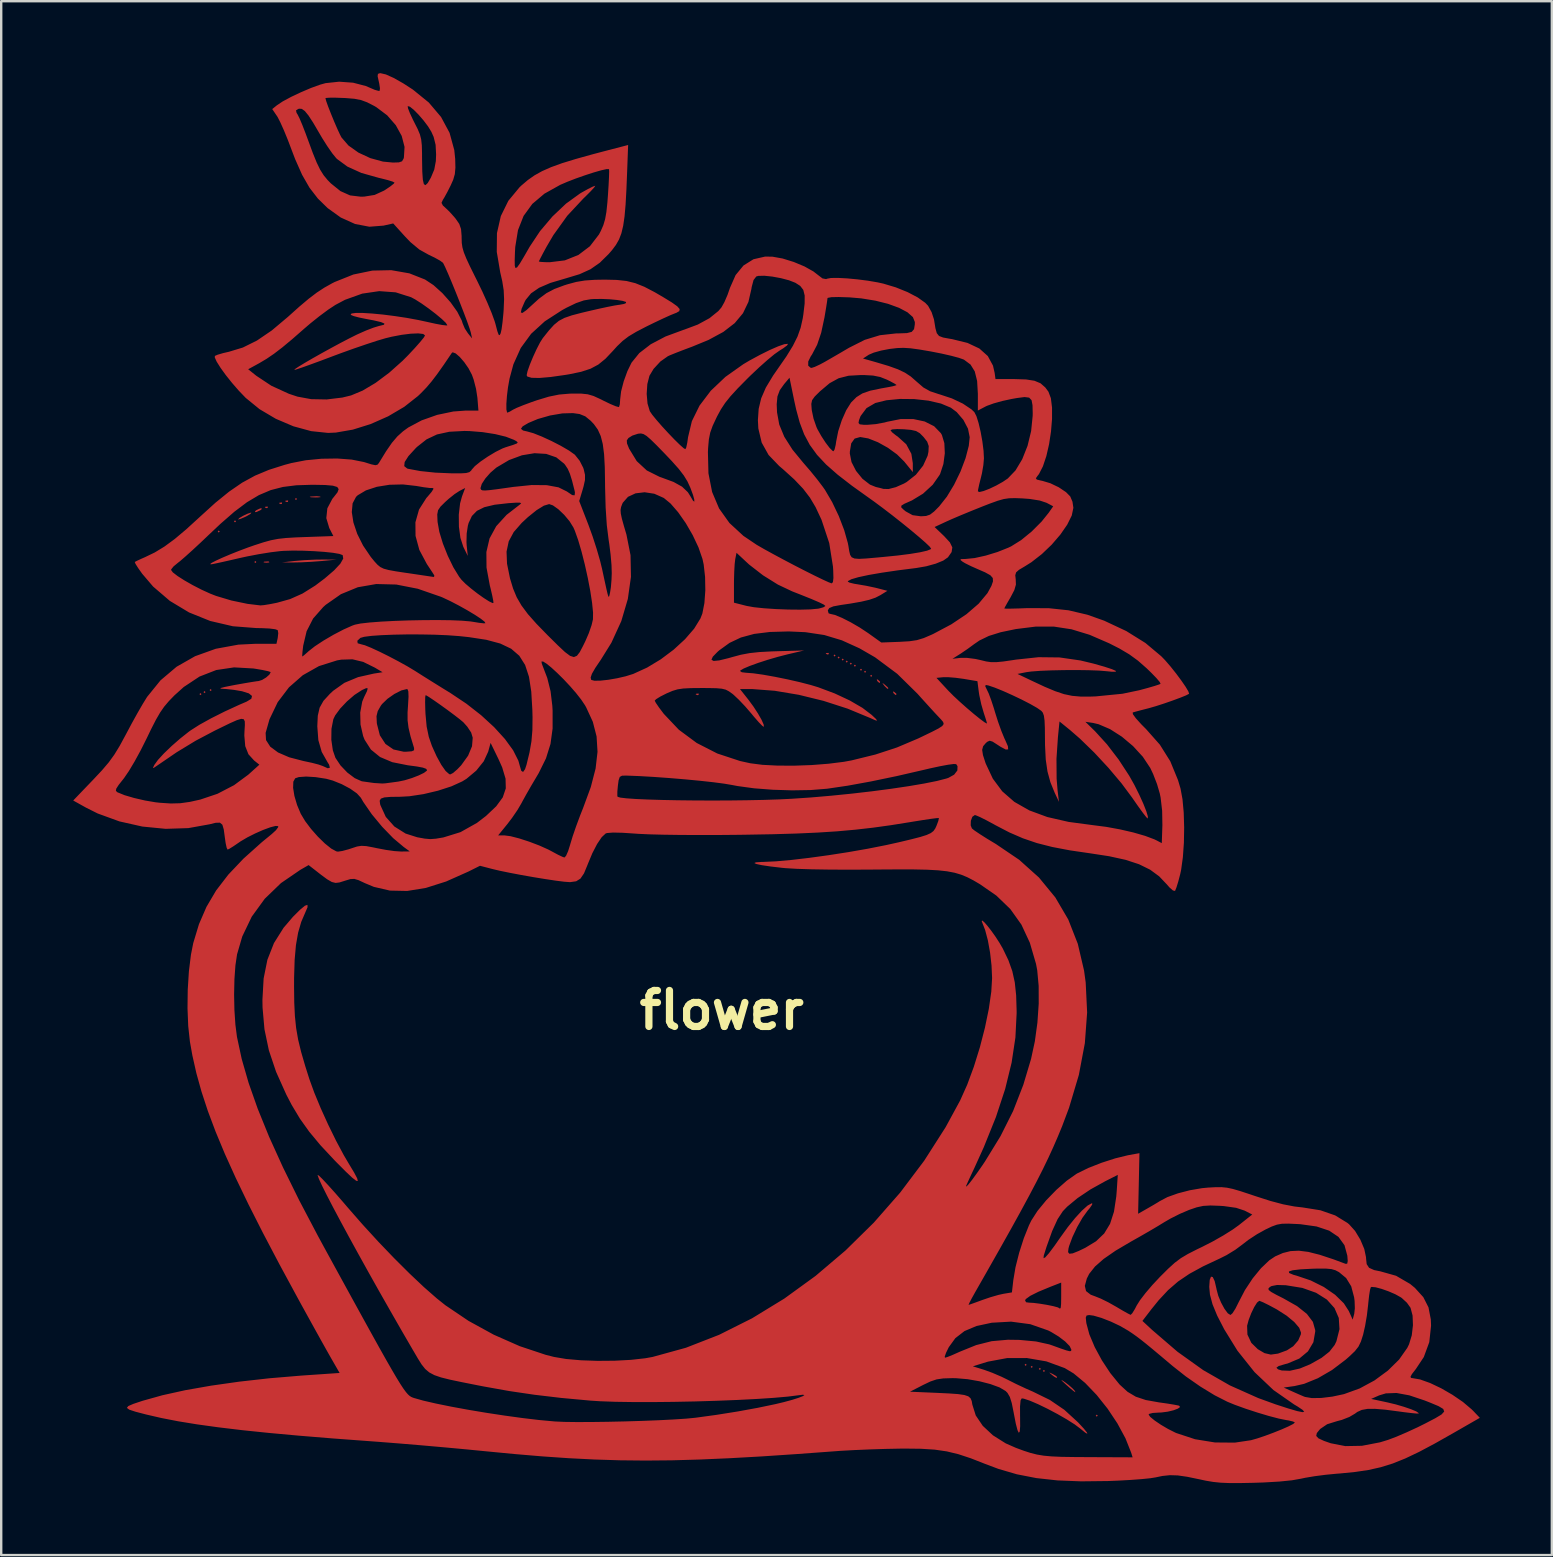
<source format=kicad_pcb>
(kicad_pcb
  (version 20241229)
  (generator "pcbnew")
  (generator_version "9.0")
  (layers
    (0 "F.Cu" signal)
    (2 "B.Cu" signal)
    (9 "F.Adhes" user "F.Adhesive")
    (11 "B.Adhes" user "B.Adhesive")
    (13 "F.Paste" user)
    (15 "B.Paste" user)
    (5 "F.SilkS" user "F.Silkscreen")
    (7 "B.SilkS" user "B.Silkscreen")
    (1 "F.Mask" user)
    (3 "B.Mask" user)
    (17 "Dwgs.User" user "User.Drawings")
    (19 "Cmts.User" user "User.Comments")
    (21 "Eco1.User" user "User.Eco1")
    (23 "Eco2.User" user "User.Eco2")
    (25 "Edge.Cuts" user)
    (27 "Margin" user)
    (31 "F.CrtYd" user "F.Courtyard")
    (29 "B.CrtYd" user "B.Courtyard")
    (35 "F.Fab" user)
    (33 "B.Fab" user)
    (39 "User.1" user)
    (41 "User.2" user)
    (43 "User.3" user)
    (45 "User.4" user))
  (footprint "flower"
    (layer "F.Cu")
    (at 27.017 39.031)
    (property "Reference" "flower" (at 0 0 0) (layer "F.SilkS") (effects (font (size 1.5 1.5) (thickness 0.3))))
    (attr board_only exclude_from_pos_files exclude_from_bom)
    (fp_poly (pts (xy -21.675 -13.166) (xy -21.717 -13.123) (xy -21.759 -13.166) (xy -21.717 -13.208)) (stroke (width 0) (type solid)) (fill yes) (layer "F.Cu"))
    (fp_poly (pts (xy -21.505 -13.25) (xy -21.548 -13.208) (xy -21.59 -13.25) (xy -21.548 -13.293)) (stroke (width 0) (type solid)) (fill yes) (layer "F.Cu"))
    (fp_poly (pts (xy -21.251 -13.335) (xy -21.294 -13.293) (xy -21.336 -13.335) (xy -21.294 -13.377)) (stroke (width 0) (type solid)) (fill yes) (layer "F.Cu"))
    (fp_poly (pts (xy -20.913 -19.939) (xy -20.955 -19.897) (xy -20.997 -19.939) (xy -20.955 -19.981)) (stroke (width 0) (type solid)) (fill yes) (layer "F.Cu"))
    (fp_poly (pts (xy -20.235 -20.362) (xy -20.278 -20.32) (xy -20.32 -20.362) (xy -20.278 -20.405)) (stroke (width 0) (type solid)) (fill yes) (layer "F.Cu"))
    (fp_poly (pts (xy -19.389 -18.669) (xy -19.431 -18.627) (xy -19.473 -18.669) (xy -19.431 -18.711)) (stroke (width 0) (type solid)) (fill yes) (layer "F.Cu"))
    (fp_poly (pts (xy -17.695 -21.294) (xy -17.738 -21.251) (xy -17.78 -21.294) (xy -17.738 -21.336)) (stroke (width 0) (type solid)) (fill yes) (layer "F.Cu"))
    (fp_poly (pts (xy 4.741 -14.774) (xy 4.699 -14.732) (xy 4.657 -14.774) (xy 4.699 -14.817)) (stroke (width 0) (type solid)) (fill yes) (layer "F.Cu"))
    (fp_poly (pts (xy 4.911 -14.69) (xy 4.868 -14.647) (xy 4.826 -14.69) (xy 4.868 -14.732)) (stroke (width 0) (type solid)) (fill yes) (layer "F.Cu"))
    (fp_poly (pts (xy 5.08 -14.605) (xy 5.038 -14.563) (xy 4.995 -14.605) (xy 5.038 -14.647)) (stroke (width 0) (type solid)) (fill yes) (layer "F.Cu"))
    (fp_poly (pts (xy 5.249 -14.52) (xy 5.207 -14.478) (xy 5.165 -14.52) (xy 5.207 -14.563)) (stroke (width 0) (type solid)) (fill yes) (layer "F.Cu"))
    (fp_poly (pts (xy 5.419 -14.436) (xy 5.376 -14.393) (xy 5.334 -14.436) (xy 5.376 -14.478)) (stroke (width 0) (type solid)) (fill yes) (layer "F.Cu"))
    (fp_poly (pts (xy 5.588 -14.351) (xy 5.546 -14.309) (xy 5.503 -14.351) (xy 5.546 -14.393)) (stroke (width 0) (type solid)) (fill yes) (layer "F.Cu"))
    (fp_poly (pts (xy 5.842 -14.182) (xy 5.8 -14.139) (xy 5.757 -14.182) (xy 5.8 -14.224)) (stroke (width 0) (type solid)) (fill yes) (layer "F.Cu"))
    (fp_poly (pts (xy 6.011 -14.097) (xy 5.969 -14.055) (xy 5.927 -14.097) (xy 5.969 -14.139)) (stroke (width 0) (type solid)) (fill yes) (layer "F.Cu"))
    (fp_poly (pts (xy 6.265 -13.928) (xy 6.223 -13.885) (xy 6.181 -13.928) (xy 6.223 -13.97)) (stroke (width 0) (type solid)) (fill yes) (layer "F.Cu"))
    (fp_poly (pts (xy 12.7 14.774) (xy 12.658 14.817) (xy 12.615 14.774) (xy 12.658 14.732)) (stroke (width 0) (type solid)) (fill yes) (layer "F.Cu"))
    (fp_poly (pts (xy 12.954 14.859) (xy 12.912 14.901) (xy 12.869 14.859) (xy 12.912 14.817)) (stroke (width 0) (type solid)) (fill yes) (layer "F.Cu"))
    (fp_poly (pts (xy 13.293 14.944) (xy 13.25 14.986) (xy 13.208 14.944) (xy 13.25 14.901)) (stroke (width 0) (type solid)) (fill yes) (layer "F.Cu"))
    (fp_poly (pts (xy 13.462 15.028) (xy 13.42 15.071) (xy 13.377 15.028) (xy 13.42 14.986)) (stroke (width 0) (type solid)) (fill yes) (layer "F.Cu"))
    (fp_poly (pts (xy 15.663 16.891) (xy 15.621 16.933) (xy 15.579 16.891) (xy 15.621 16.849)) (stroke (width 0) (type solid)) (fill yes) (layer "F.Cu"))
    (fp_poly (pts (xy -18.909 -20.969) (xy -18.921 -20.919) (xy -18.965 -20.913) (xy -19.035 -20.944) (xy -19.022 -20.969) (xy -18.921 -20.979)) (stroke (width 0) (type solid)) (fill yes) (layer "F.Cu"))
    (fp_poly (pts (xy -18.86 -18.683) (xy -18.849 -18.652) (xy -18.965 -18.64) (xy -19.086 -18.653) (xy -19.071 -18.683) (xy -18.898 -18.694)) (stroke (width 0) (type solid)) (fill yes) (layer "F.Cu"))
    (fp_poly (pts (xy -18.316 -21.138) (xy -18.328 -21.088) (xy -18.373 -21.082) (xy -18.442 -21.113) (xy -18.429 -21.138) (xy -18.329 -21.149)) (stroke (width 0) (type solid)) (fill yes) (layer "F.Cu"))
    (fp_poly (pts (xy -18.062 -21.223) (xy -18.074 -21.173) (xy -18.119 -21.167) (xy -18.188 -21.198) (xy -18.175 -21.223) (xy -18.075 -21.233)) (stroke (width 0) (type solid)) (fill yes) (layer "F.Cu"))
    (fp_poly (pts (xy -0.96 -13.18) (xy -0.971 -13.129) (xy -1.016 -13.123) (xy -1.086 -13.154) (xy -1.072 -13.18) (xy -0.972 -13.19)) (stroke (width 0) (type solid)) (fill yes) (layer "F.Cu"))
    (fp_poly (pts (xy 4.459 -14.873) (xy 4.447 -14.823) (xy 4.403 -14.817) (xy 4.333 -14.848) (xy 4.346 -14.873) (xy 4.447 -14.883)) (stroke (width 0) (type solid)) (fill yes) (layer "F.Cu"))
    (fp_poly (pts (xy 6.506 -13.766) (xy 6.597 -13.681) (xy 6.578 -13.632) (xy 6.567 -13.631) (xy 6.495 -13.691) (xy 6.469 -13.729) (xy 6.459 -13.787)) (stroke (width 0) (type solid)) (fill yes) (layer "F.Cu"))
    (fp_poly (pts (xy 7.184 -13.258) (xy 7.274 -13.18) (xy 7.281 -13.161) (xy 7.241 -13.126) (xy 7.157 -13.204) (xy 7.146 -13.221) (xy 7.136 -13.279)) (stroke (width 0) (type solid)) (fill yes) (layer "F.Cu"))
    (fp_poly (pts (xy -19.162 -20.875) (xy -19.219 -20.828) (xy -19.374 -20.756) (xy -19.431 -20.746) (xy -19.446 -20.781) (xy -19.389 -20.828) (xy -19.234 -20.9) (xy -19.177 -20.91)) (stroke (width 0) (type solid)) (fill yes) (layer "F.Cu"))
    (fp_poly (pts (xy -16.743 -21.396) (xy -16.703 -21.375) (xy -16.809 -21.362) (xy -16.933 -21.359) (xy -17.116 -21.366) (xy -17.167 -21.383) (xy -17.124 -21.396) (xy -16.877 -21.41)) (stroke (width 0) (type solid)) (fill yes) (layer "F.Cu"))
    (fp_poly (pts (xy 6.733 -13.605) (xy 6.795 -13.557) (xy 6.912 -13.453) (xy 6.943 -13.409) (xy 6.901 -13.384) (xy 6.789 -13.493) (xy 6.763 -13.525) (xy 6.689 -13.626)) (stroke (width 0) (type solid)) (fill yes) (layer "F.Cu"))
    (fp_poly (pts (xy 13.675 15.104) (xy 13.78 15.154) (xy 13.924 15.237) (xy 13.97 15.285) (xy 13.943 15.321) (xy 13.842 15.262) (xy 13.753 15.193) (xy 13.644 15.102)) (stroke (width 0) (type solid)) (fill yes) (layer "F.Cu"))
    (fp_poly (pts (xy -16.044 -18.769) (xy -16.679 -18.709) (xy -17.084 -18.678) (xy -17.508 -18.657) (xy -17.822 -18.651) (xy -18.33 -18.652) (xy -17.78 -18.714) (xy -17.383 -18.747) (xy -16.934 -18.768) (xy -16.637 -18.772)) (stroke (width 0) (type solid)) (fill yes) (layer "F.Cu"))
    (fp_poly (pts (xy -19.594 -20.722) (xy -19.639 -20.669) (xy -19.795 -20.578) (xy -19.855 -20.548) (xy -20.042 -20.468) (xy -20.144 -20.441) (xy -20.151 -20.446) (xy -20.084 -20.509) (xy -19.929 -20.599) (xy -19.752 -20.682) (xy -19.62 -20.725)) (stroke (width 0) (type solid)) (fill yes) (layer "F.Cu"))
    (fp_poly (pts (xy 14.226 15.449) (xy 14.274 15.481) (xy 14.449 15.612) (xy 14.608 15.752) (xy 14.713 15.865) (xy 14.727 15.914) (xy 14.721 15.914) (xy 14.646 15.861) (xy 14.486 15.727) (xy 14.351 15.608) (xy 14.184 15.454) (xy 14.143 15.403)) (stroke (width 0) (type solid)) (fill yes) (layer "F.Cu"))
    (fp_poly (pts (xy -17.255 -4.292) (xy -17.343 -4.085) (xy -17.518 -3.678) (xy -17.648 -3.229) (xy -17.739 -2.71) (xy -17.793 -2.093) (xy -17.816 -1.349) (xy -17.817 -0.974) (xy -17.809 -0.31) (xy -17.782 0.248) (xy -17.731 0.745) (xy -17.647 1.229) (xy -17.522 1.743) (xy -17.35 2.334) (xy -17.177 2.879) (xy -16.975 3.436) (xy -16.707 4.083) (xy -16.396 4.768) (xy -16.068 5.438) (xy -15.746 6.04) (xy -15.532 6.403) (xy -15.315 6.764) (xy -15.19 7.002) (xy -15.16 7.117) (xy -15.228 7.108) (xy -15.399 6.975) (xy -15.674 6.715) (xy -16.057 6.33) (xy -16.141 6.244) (xy -16.715 5.629) (xy -17.181 5.069) (xy -17.571 4.523) (xy -17.915 3.949) (xy -18.142 3.514) (xy -18.567 2.566) (xy -18.866 1.675) (xy -19.05 0.798) (xy -19.13 -0.108) (xy -19.135 -0.426) (xy -19.085 -1.319) (xy -18.928 -2.1) (xy -18.654 -2.796) (xy -18.254 -3.432) (xy -17.865 -3.887) (xy -17.567 -4.184) (xy -17.365 -4.351) (xy -17.26 -4.387)) (stroke (width 0) (type solid)) (fill yes) (layer "F.Cu"))
    (fp_poly (pts (xy -13.991 -38.98) (xy -13.667 -38.834) (xy -13.267 -38.608) (xy -12.869 -38.35) (xy -12.204 -37.81) (xy -11.694 -37.208) (xy -11.339 -36.547) (xy -11.143 -35.831) (xy -11.105 -35.46) (xy -11.096 -35.094) (xy -11.12 -34.828) (xy -11.188 -34.592) (xy -11.292 -34.359) (xy -11.43 -34.085) (xy -11.556 -33.856) (xy -11.618 -33.756) (xy -11.675 -33.63) (xy -11.616 -33.518) (xy -11.527 -33.438) (xy -11.347 -33.267) (xy -11.142 -33.039) (xy -11.082 -32.966) (xy -10.935 -32.752) (xy -10.862 -32.54) (xy -10.838 -32.255) (xy -10.837 -32.161) (xy -10.831 -31.962) (xy -10.804 -31.776) (xy -10.746 -31.571) (xy -10.644 -31.317) (xy -10.489 -30.984) (xy -10.269 -30.539) (xy -10.201 -30.404) (xy -9.972 -29.932) (xy -9.761 -29.464) (xy -9.585 -29.04) (xy -9.462 -28.702) (xy -9.424 -28.573) (xy -9.348 -28.282) (xy -9.295 -28.138) (xy -9.252 -28.118) (xy -9.21 -28.199) (xy -9.172 -28.37) (xy -9.133 -28.659) (xy -9.098 -29.016) (xy -9.086 -29.174) (xy -9.068 -29.62) (xy -9.085 -29.993) (xy -9.146 -30.376) (xy -9.228 -30.732) (xy -9.313 -31.237) (xy -8.626 -31.237) (xy -8.623 -31.013) (xy -8.594 -30.914) (xy -8.526 -30.944) (xy -8.408 -31.108) (xy -8.228 -31.41) (xy -8.001 -31.805) (xy -7.571 -32.452) (xy -7.053 -33.064) (xy -6.486 -33.6) (xy -5.91 -34.017) (xy -5.847 -34.055) (xy -5.581 -34.203) (xy -5.378 -34.305) (xy -5.276 -34.342) (xy -5.271 -34.34) (xy -5.314 -34.273) (xy -5.455 -34.119) (xy -5.667 -33.906) (xy -5.764 -33.813) (xy -6.437 -33.092) (xy -7.014 -32.288) (xy -7.299 -31.803) (xy -7.45 -31.525) (xy -7.562 -31.31) (xy -7.618 -31.196) (xy -7.62 -31.188) (xy -7.544 -31.171) (xy -7.347 -31.16) (xy -7.169 -31.157) (xy -6.536 -31.235) (xy -5.971 -31.461) (xy -5.492 -31.824) (xy -5.117 -32.312) (xy -5.037 -32.464) (xy -4.934 -32.7) (xy -4.86 -32.948) (xy -4.806 -33.252) (xy -4.764 -33.654) (xy -4.741 -33.963) (xy -4.715 -34.364) (xy -4.698 -34.698) (xy -4.691 -34.933) (xy -4.696 -35.034) (xy -4.697 -35.036) (xy -4.799 -35.036) (xy -5.024 -34.986) (xy -5.335 -34.897) (xy -5.698 -34.779) (xy -6.077 -34.646) (xy -6.436 -34.507) (xy -6.731 -34.38) (xy -7.389 -34.012) (xy -7.893 -33.586) (xy -8.256 -33.086) (xy -8.489 -32.494) (xy -8.603 -31.795) (xy -8.615 -31.581) (xy -8.626 -31.237) (xy -9.313 -31.237) (xy -9.373 -31.588) (xy -9.365 -32.371) (xy -9.204 -33.08) (xy -8.891 -33.716) (xy -8.425 -34.279) (xy -8.345 -34.355) (xy -8.079 -34.581) (xy -7.801 -34.776) (xy -7.485 -34.952) (xy -7.109 -35.118) (xy -6.65 -35.284) (xy -6.083 -35.458) (xy -5.387 -35.652) (xy -4.953 -35.767) (xy -3.901 -36.041) (xy -3.942 -34.933) (xy -3.973 -34.171) (xy -4.007 -33.556) (xy -4.05 -33.065) (xy -4.107 -32.674) (xy -4.182 -32.361) (xy -4.281 -32.103) (xy -4.41 -31.877) (xy -4.572 -31.661) (xy -4.717 -31.494) (xy -5.081 -31.136) (xy -5.467 -30.866) (xy -5.923 -30.659) (xy -6.498 -30.485) (xy -6.519 -30.479) (xy -7.138 -30.296) (xy -7.607 -30.094) (xy -7.944 -29.862) (xy -8.169 -29.589) (xy -8.211 -29.509) (xy -8.339 -29.216) (xy -8.37 -29.062) (xy -8.302 -29.045) (xy -8.135 -29.164) (xy -7.98 -29.306) (xy -7.617 -29.636) (xy -7.301 -29.87) (xy -6.971 -30.043) (xy -6.569 -30.193) (xy -6.434 -30.236) (xy -6.065 -30.336) (xy -5.705 -30.396) (xy -5.291 -30.425) (xy -4.868 -30.432) (xy -4.375 -30.42) (xy -3.969 -30.376) (xy -3.601 -30.285) (xy -3.224 -30.134) (xy -2.79 -29.907) (xy -2.447 -29.707) (xy -2.081 -29.483) (xy -1.854 -29.321) (xy -1.754 -29.206) (xy -1.769 -29.121) (xy -1.889 -29.051) (xy -1.958 -29.025) (xy -2.148 -28.948) (xy -2.446 -28.813) (xy -2.809 -28.641) (xy -3.142 -28.478) (xy -3.565 -28.258) (xy -3.879 -28.07) (xy -4.129 -27.88) (xy -4.364 -27.654) (xy -4.536 -27.463) (xy -4.848 -27.134) (xy -5.143 -26.894) (xy -5.466 -26.721) (xy -5.859 -26.593) (xy -6.366 -26.488) (xy -6.525 -26.462) (xy -7.13 -26.376) (xy -7.598 -26.336) (xy -7.924 -26.343) (xy -8.099 -26.395) (xy -8.128 -26.45) (xy -8.092 -26.618) (xy -7.997 -26.888) (xy -7.864 -27.209) (xy -7.715 -27.534) (xy -7.571 -27.813) (xy -7.456 -27.995) (xy -7.2 -28.316) (xy -6.989 -28.549) (xy -6.785 -28.716) (xy -6.549 -28.84) (xy -6.244 -28.945) (xy -5.831 -29.053) (xy -5.575 -29.114) (xy -5.147 -29.213) (xy -4.767 -29.295) (xy -4.471 -29.353) (xy -4.296 -29.381) (xy -4.276 -29.382) (xy -4.072 -29.419) (xy -3.987 -29.457) (xy -3.993 -29.504) (xy -4.133 -29.548) (xy -4.371 -29.586) (xy -4.672 -29.614) (xy -5.001 -29.628) (xy -5.321 -29.625) (xy -5.451 -29.617) (xy -5.747 -29.566) (xy -6.07 -29.454) (xy -6.466 -29.263) (xy -6.651 -29.162) (xy -7.372 -28.696) (xy -7.941 -28.177) (xy -8.373 -27.586) (xy -8.68 -26.905) (xy -8.841 -26.308) (xy -8.906 -25.942) (xy -8.95 -25.581) (xy -8.973 -25.262) (xy -8.972 -25.022) (xy -8.944 -24.9) (xy -8.929 -24.892) (xy -8.832 -24.933) (xy -8.697 -25.014) (xy -8.537 -25.093) (xy -8.261 -25.205) (xy -7.916 -25.333) (xy -7.705 -25.406) (xy -7.203 -25.558) (xy -6.775 -25.645) (xy -6.344 -25.682) (xy -6.214 -25.686) (xy -5.849 -25.684) (xy -5.583 -25.656) (xy -5.341 -25.585) (xy -5.053 -25.453) (xy -4.927 -25.389) (xy -4.641 -25.251) (xy -4.416 -25.157) (xy -4.291 -25.124) (xy -4.28 -25.128) (xy -4.247 -25.237) (xy -4.233 -25.436) (xy -4.233 -25.441) (xy -4.206 -25.673) (xy -3.128 -25.673) (xy -3.093 -25.271) (xy -2.998 -24.953) (xy -2.997 -24.951) (xy -2.898 -24.805) (xy -2.718 -24.585) (xy -2.487 -24.32) (xy -2.23 -24.041) (xy -1.976 -23.776) (xy -1.753 -23.557) (xy -1.589 -23.411) (xy -1.516 -23.368) (xy -1.478 -23.445) (xy -1.436 -23.644) (xy -1.404 -23.872) (xy -1.245 -24.537) (xy -0.926 -25.185) (xy -0.457 -25.804) (xy 0.154 -26.383) (xy 0.897 -26.909) (xy 1.148 -27.058) (xy 1.595 -27.3) (xy 2.003 -27.502) (xy 2.348 -27.653) (xy 2.603 -27.742) (xy 2.744 -27.758) (xy 2.757 -27.751) (xy 2.716 -27.688) (xy 2.562 -27.573) (xy 2.397 -27.469) (xy 2.193 -27.325) (xy 1.904 -27.086) (xy 1.563 -26.783) (xy 1.202 -26.443) (xy 1.052 -26.295) (xy 0.657 -25.894) (xy 0.362 -25.572) (xy 0.14 -25.295) (xy -0.036 -25.028) (xy -0.193 -24.739) (xy -0.216 -24.692) (xy -0.38 -24.342) (xy -0.481 -24.06) (xy -0.538 -23.775) (xy -0.569 -23.419) (xy -0.577 -23.248) (xy -0.555 -22.365) (xy -0.402 -21.586) (xy -0.112 -20.9) (xy 0.32 -20.294) (xy 0.9 -19.759) (xy 1.452 -19.387) (xy 1.766 -19.206) (xy 2.152 -18.994) (xy 2.582 -18.763) (xy 3.029 -18.528) (xy 3.467 -18.303) (xy 3.868 -18.102) (xy 4.204 -17.939) (xy 4.449 -17.827) (xy 4.576 -17.78) (xy 4.581 -17.78) (xy 4.631 -17.832) (xy 4.651 -18.001) (xy 4.643 -18.309) (xy 4.632 -18.479) (xy 4.477 -19.458) (xy 4.156 -20.426) (xy 3.908 -20.955) (xy 3.674 -21.349) (xy 3.387 -21.724) (xy 3.018 -22.112) (xy 2.539 -22.545) (xy 2.389 -22.672) (xy 1.949 -23.13) (xy 1.663 -23.643) (xy 1.523 -24.232) (xy 1.505 -24.578) (xy 1.537 -25.049) (xy 1.583 -25.243) (xy 2.288 -25.243) (xy 2.302 -24.903) (xy 2.394 -24.397) (xy 2.604 -23.887) (xy 2.945 -23.351) (xy 3.393 -22.806) (xy 3.686 -22.467) (xy 3.973 -22.114) (xy 4.211 -21.8) (xy 4.299 -21.675) (xy 4.598 -21.165) (xy 4.874 -20.586) (xy 5.1 -19.997) (xy 5.251 -19.462) (xy 5.275 -19.34) (xy 5.31 -19.122) (xy 5.347 -18.968) (xy 5.41 -18.868) (xy 5.527 -18.815) (xy 5.722 -18.8) (xy 6.021 -18.816) (xy 6.45 -18.854) (xy 6.731 -18.88) (xy 7.329 -18.94) (xy 7.844 -19.006) (xy 8.258 -19.074) (xy 8.551 -19.141) (xy 8.703 -19.202) (xy 8.721 -19.228) (xy 8.657 -19.313) (xy 8.481 -19.481) (xy 8.215 -19.713) (xy 7.883 -19.991) (xy 7.507 -20.296) (xy 7.111 -20.609) (xy 6.717 -20.911) (xy 6.348 -21.185) (xy 6.15 -21.326) (xy 5.422 -21.847) (xy 4.827 -22.308) (xy 4.346 -22.731) (xy 3.965 -23.137) (xy 3.927 -23.19) (xy 5.334 -23.19) (xy 5.405 -22.832) (xy 5.593 -22.465) (xy 5.861 -22.136) (xy 6.174 -21.893) (xy 6.42 -21.794) (xy 6.619 -21.747) (xy 6.731 -21.715) (xy 6.949 -21.709) (xy 7.251 -21.787) (xy 7.588 -21.936) (xy 7.702 -22.001) (xy 8.086 -22.304) (xy 8.388 -22.685) (xy 8.575 -23.095) (xy 8.609 -23.257) (xy 8.621 -23.499) (xy 8.557 -23.683) (xy 8.403 -23.88) (xy 8.248 -24.036) (xy 8.093 -24.126) (xy 7.882 -24.173) (xy 7.589 -24.199) (xy 7.306 -24.207) (xy 7.105 -24.193) (xy 7.028 -24.161) (xy 7.094 -24.073) (xy 7.257 -23.943) (xy 7.328 -23.895) (xy 7.685 -23.574) (xy 7.898 -23.176) (xy 7.958 -22.785) (xy 7.959 -22.414) (xy 7.6 -22.855) (xy 7.302 -23.15) (xy 6.921 -23.427) (xy 6.506 -23.658) (xy 6.105 -23.817) (xy 5.768 -23.876) (xy 5.768 -23.876) (xy 5.535 -23.811) (xy 5.393 -23.612) (xy 5.336 -23.273) (xy 5.334 -23.19) (xy 3.927 -23.19) (xy 3.666 -23.549) (xy 3.433 -23.986) (xy 3.249 -24.472) (xy 3.098 -25.026) (xy 3.048 -25.256) (xy 3.73 -25.256) (xy 3.745 -25.036) (xy 3.751 -24.985) (xy 3.823 -24.641) (xy 3.944 -24.292) (xy 3.987 -24.199) (xy 4.148 -23.913) (xy 4.325 -23.642) (xy 4.491 -23.424) (xy 4.617 -23.299) (xy 4.655 -23.283) (xy 4.7 -23.359) (xy 4.746 -23.552) (xy 4.765 -23.686) (xy 4.851 -24.118) (xy 4.962 -24.46) (xy 5.696 -24.46) (xy 5.748 -24.404) (xy 5.91 -24.386) (xy 6.069 -24.385) (xy 6.412 -24.413) (xy 6.78 -24.481) (xy 6.893 -24.512) (xy 7.447 -24.623) (xy 7.977 -24.625) (xy 8.453 -24.523) (xy 8.846 -24.325) (xy 9.125 -24.038) (xy 9.17 -23.961) (xy 9.272 -23.622) (xy 9.291 -23.198) (xy 9.233 -22.753) (xy 9.1 -22.349) (xy 9.077 -22.301) (xy 8.788 -21.888) (xy 8.384 -21.516) (xy 7.92 -21.234) (xy 7.874 -21.214) (xy 7.608 -21.096) (xy 7.481 -21.017) (xy 7.476 -20.945) (xy 7.579 -20.846) (xy 7.662 -20.778) (xy 7.95 -20.62) (xy 8.293 -20.574) (xy 8.51 -20.587) (xy 8.676 -20.643) (xy 8.846 -20.773) (xy 9.058 -20.987) (xy 9.377 -21.391) (xy 9.679 -21.891) (xy 9.946 -22.441) (xy 10.156 -22.996) (xy 10.29 -23.508) (xy 10.328 -23.869) (xy 10.257 -24.223) (xy 10.065 -24.59) (xy 9.787 -24.914) (xy 9.543 -25.097) (xy 9.132 -25.27) (xy 8.609 -25.391) (xy 8.022 -25.456) (xy 7.422 -25.462) (xy 6.858 -25.407) (xy 6.396 -25.293) (xy 6.03 -25.08) (xy 5.783 -24.75) (xy 5.716 -24.575) (xy 5.696 -24.46) (xy 4.962 -24.46) (xy 4.999 -24.574) (xy 5.183 -24.99) (xy 5.381 -25.305) (xy 5.393 -25.32) (xy 5.61 -25.537) (xy 5.859 -25.693) (xy 6.187 -25.807) (xy 6.636 -25.9) (xy 6.668 -25.906) (xy 6.964 -25.959) (xy 7.182 -26.006) (xy 7.28 -26.038) (xy 7.281 -26.041) (xy 7.212 -26.092) (xy 7.034 -26.189) (xy 6.879 -26.266) (xy 6.601 -26.376) (xy 6.303 -26.436) (xy 5.919 -26.458) (xy 5.8 -26.458) (xy 5.282 -26.429) (xy 4.867 -26.323) (xy 4.493 -26.118) (xy 4.102 -25.789) (xy 4.077 -25.766) (xy 3.871 -25.561) (xy 3.763 -25.411) (xy 3.73 -25.256) (xy 3.048 -25.256) (xy 3.019 -25.386) (xy 2.822 -26.346) (xy 2.596 -26.078) (xy 2.417 -25.827) (xy 2.319 -25.567) (xy 2.288 -25.243) (xy 1.583 -25.243) (xy 1.642 -25.488) (xy 1.836 -25.935) (xy 2.135 -26.431) (xy 2.325 -26.705) (xy 2.424 -26.848) (xy 3.601 -26.848) (xy 3.702 -26.76) (xy 3.744 -26.756) (xy 3.873 -26.797) (xy 4.092 -26.899) (xy 4.276 -26.998) (xy 4.534 -27.146) (xy 5.884 -27.146) (xy 6.435 -26.989) (xy 6.949 -26.836) (xy 7.334 -26.698) (xy 7.63 -26.557) (xy 7.873 -26.397) (xy 8.101 -26.197) (xy 8.117 -26.183) (xy 8.397 -25.941) (xy 8.68 -25.782) (xy 9.045 -25.661) (xy 9.079 -25.652) (xy 9.587 -25.484) (xy 10.044 -25.267) (xy 10.402 -25.027) (xy 10.522 -24.913) (xy 10.607 -24.748) (xy 10.698 -24.459) (xy 10.784 -24.092) (xy 10.856 -23.691) (xy 10.905 -23.302) (xy 10.921 -22.987) (xy 10.897 -22.705) (xy 10.838 -22.362) (xy 10.795 -22.183) (xy 10.726 -21.909) (xy 10.68 -21.695) (xy 10.669 -21.612) (xy 10.735 -21.585) (xy 10.909 -21.627) (xy 11.154 -21.722) (xy 11.431 -21.854) (xy 11.703 -22.006) (xy 11.914 -22.148) (xy 12.237 -22.485) (xy 12.516 -22.951) (xy 12.738 -23.509) (xy 12.887 -24.123) (xy 12.951 -24.756) (xy 12.953 -24.866) (xy 12.945 -25.199) (xy 12.906 -25.409) (xy 12.805 -25.517) (xy 12.613 -25.541) (xy 12.301 -25.501) (xy 12.065 -25.459) (xy 11.683 -25.376) (xy 11.323 -25.275) (xy 11.049 -25.176) (xy 10.998 -25.152) (xy 10.668 -24.979) (xy 10.668 -25.678) (xy 10.637 -26.211) (xy 10.539 -26.609) (xy 10.362 -26.895) (xy 10.098 -27.092) (xy 10.069 -27.107) (xy 9.874 -27.176) (xy 9.556 -27.261) (xy 9.157 -27.352) (xy 8.721 -27.438) (xy 8.7 -27.442) (xy 8.223 -27.523) (xy 7.863 -27.572) (xy 7.574 -27.591) (xy 7.309 -27.582) (xy 7.019 -27.548) (xy 6.986 -27.544) (xy 6.641 -27.478) (xy 6.332 -27.392) (xy 6.125 -27.304) (xy 6.118 -27.299) (xy 5.884 -27.146) (xy 4.534 -27.146) (xy 4.563 -27.163) (xy 4.922 -27.371) (xy 5.278 -27.58) (xy 5.302 -27.594) (xy 5.957 -27.924) (xy 6.59 -28.117) (xy 7.256 -28.191) (xy 7.378 -28.193) (xy 7.712 -28.205) (xy 7.912 -28.256) (xy 8.01 -28.369) (xy 8.042 -28.57) (xy 8.043 -28.666) (xy 7.962 -28.871) (xy 7.735 -29.072) (xy 7.383 -29.258) (xy 6.93 -29.423) (xy 6.397 -29.557) (xy 5.808 -29.652) (xy 5.313 -29.694) (xy 4.872 -29.708) (xy 4.57 -29.702) (xy 4.418 -29.674) (xy 4.403 -29.655) (xy 4.389 -29.538) (xy 4.352 -29.298) (xy 4.299 -28.98) (xy 4.278 -28.856) (xy 4.142 -28.221) (xy 3.973 -27.719) (xy 3.76 -27.314) (xy 3.708 -27.238) (xy 3.602 -27.022) (xy 3.601 -26.848) (xy 2.424 -26.848) (xy 2.692 -27.234) (xy 2.962 -27.674) (xy 3.155 -28.06) (xy 3.286 -28.429) (xy 3.373 -28.819) (xy 3.397 -28.971) (xy 3.452 -29.436) (xy 3.454 -29.77) (xy 3.396 -30.004) (xy 3.269 -30.17) (xy 3.068 -30.3) (xy 2.8 -30.405) (xy 2.461 -30.494) (xy 2.102 -30.56) (xy 1.772 -30.594) (xy 1.524 -30.588) (xy 1.438 -30.564) (xy 1.323 -30.414) (xy 1.244 -30.114) (xy 1.235 -30.048) (xy 1.11 -29.504) (xy 0.883 -29.032) (xy 0.539 -28.62) (xy 0.065 -28.254) (xy -0.552 -27.92) (xy -1.228 -27.642) (xy -1.596 -27.504) (xy -1.919 -27.379) (xy -2.153 -27.284) (xy -2.244 -27.243) (xy -2.557 -27.022) (xy -2.84 -26.715) (xy -3.013 -26.427) (xy -3.101 -26.083) (xy -3.128 -25.673) (xy -4.206 -25.673) (xy -4.193 -25.78) (xy -4.085 -26.195) (xy -3.932 -26.618) (xy -3.759 -26.973) (xy -3.435 -27.373) (xy -2.959 -27.74) (xy -2.343 -28.064) (xy -1.603 -28.337) (xy -1.566 -28.348) (xy -1 -28.56) (xy -0.513 -28.825) (xy -0.143 -29.123) (xy -0.012 -29.277) (xy 0.109 -29.494) (xy 0.242 -29.803) (xy 0.342 -30.091) (xy 0.577 -30.623) (xy 0.906 -31.022) (xy 1.32 -31.281) (xy 1.809 -31.393) (xy 2.112 -31.388) (xy 2.536 -31.312) (xy 3 -31.168) (xy 3.447 -30.981) (xy 3.818 -30.773) (xy 3.988 -30.641) (xy 4.194 -30.483) (xy 4.346 -30.454) (xy 4.389 -30.471) (xy 4.552 -30.501) (xy 4.843 -30.504) (xy 5.222 -30.484) (xy 5.649 -30.444) (xy 6.087 -30.388) (xy 6.495 -30.318) (xy 6.731 -30.266) (xy 7.251 -30.11) (xy 7.741 -29.912) (xy 8.162 -29.691) (xy 8.476 -29.467) (xy 8.594 -29.343) (xy 8.741 -29.078) (xy 8.84 -28.776) (xy 8.845 -28.744) (xy 8.9 -28.41) (xy 8.956 -28.203) (xy 9.05 -28.086) (xy 9.218 -28.021) (xy 9.495 -27.97) (xy 9.597 -27.953) (xy 10.237 -27.796) (xy 10.731 -27.563) (xy 11.082 -27.249) (xy 11.298 -26.85) (xy 11.368 -26.543) (xy 11.402 -26.289) (xy 12.203 -26.289) (xy 12.679 -26.274) (xy 13.025 -26.22) (xy 13.279 -26.114) (xy 13.477 -25.94) (xy 13.609 -25.762) (xy 13.71 -25.492) (xy 13.758 -25.1) (xy 13.758 -24.626) (xy 13.715 -24.105) (xy 13.635 -23.578) (xy 13.521 -23.082) (xy 13.378 -22.654) (xy 13.213 -22.332) (xy 13.15 -22.252) (xy 13.084 -22.157) (xy 13.125 -22.103) (xy 13.301 -22.06) (xy 13.348 -22.052) (xy 13.686 -21.951) (xy 14.038 -21.782) (xy 14.341 -21.579) (xy 14.516 -21.401) (xy 14.609 -21.182) (xy 14.647 -20.926) (xy 14.579 -20.605) (xy 14.39 -20.224) (xy 14.104 -19.811) (xy 13.745 -19.393) (xy 13.335 -19.001) (xy 12.899 -18.661) (xy 12.619 -18.485) (xy 12.381 -18.344) (xy 12.261 -18.237) (xy 12.226 -18.117) (xy 12.245 -17.947) (xy 12.253 -17.727) (xy 12.188 -17.501) (xy 12.035 -17.208) (xy 12.031 -17.201) (xy 11.893 -16.964) (xy 11.798 -16.793) (xy 11.769 -16.733) (xy 11.848 -16.726) (xy 12.061 -16.727) (xy 12.375 -16.735) (xy 12.688 -16.747) (xy 13.614 -16.746) (xy 14.444 -16.658) (xy 15.234 -16.472) (xy 15.93 -16.225) (xy 16.851 -15.793) (xy 17.65 -15.295) (xy 18.308 -14.743) (xy 18.467 -14.579) (xy 18.695 -14.315) (xy 18.928 -14.022) (xy 19.144 -13.731) (xy 19.321 -13.474) (xy 19.436 -13.28) (xy 19.468 -13.182) (xy 19.465 -13.178) (xy 19.339 -13.113) (xy 19.094 -13.014) (xy 18.775 -12.896) (xy 18.424 -12.774) (xy 18.086 -12.665) (xy 17.804 -12.583) (xy 17.773 -12.575) (xy 17.476 -12.499) (xy 17.239 -12.436) (xy 17.119 -12.401) (xy 17.126 -12.329) (xy 17.249 -12.16) (xy 17.477 -11.908) (xy 17.678 -11.706) (xy 18.249 -11.061) (xy 18.684 -10.368) (xy 19.006 -9.583) (xy 19.111 -9.229) (xy 19.192 -8.791) (xy 19.243 -8.237) (xy 19.262 -7.615) (xy 19.251 -6.977) (xy 19.208 -6.371) (xy 19.136 -5.847) (xy 19.099 -5.673) (xy 19.017 -5.36) (xy 18.941 -5.113) (xy 18.886 -4.976) (xy 18.88 -4.967) (xy 18.796 -4.986) (xy 18.651 -5.112) (xy 18.541 -5.238) (xy 18.221 -5.575) (xy 17.844 -5.852) (xy 17.385 -6.078) (xy 16.824 -6.262) (xy 16.136 -6.413) (xy 15.367 -6.531) (xy 14.501 -6.658) (xy 13.767 -6.798) (xy 13.127 -6.961) (xy 12.544 -7.16) (xy 11.981 -7.404) (xy 11.399 -7.707) (xy 11.33 -7.746) (xy 11.018 -7.914) (xy 10.756 -8.045) (xy 10.582 -8.119) (xy 10.541 -8.128) (xy 10.438 -8.056) (xy 10.376 -7.889) (xy 10.37 -7.698) (xy 10.42 -7.571) (xy 10.528 -7.484) (xy 10.751 -7.334) (xy 11.055 -7.141) (xy 11.41 -6.927) (xy 11.417 -6.923) (xy 12.389 -6.265) (xy 13.215 -5.524) (xy 13.895 -4.696) (xy 14.434 -3.777) (xy 14.831 -2.765) (xy 15.091 -1.656) (xy 15.16 -1.154) (xy 15.22 0.095) (xy 15.125 1.376) (xy 14.875 2.698) (xy 14.467 4.066) (xy 14.18 4.83) (xy 14 5.267) (xy 13.811 5.702) (xy 13.605 6.151) (xy 13.375 6.627) (xy 13.111 7.147) (xy 12.807 7.725) (xy 12.455 8.376) (xy 12.046 9.117) (xy 11.572 9.961) (xy 11.026 10.924) (xy 10.556 11.748) (xy 10.413 12.005) (xy 10.315 12.193) (xy 10.28 12.276) (xy 10.282 12.277) (xy 10.369 12.249) (xy 10.571 12.177) (xy 10.819 12.086) (xy 12.634 12.086) (xy 12.676 12.167) (xy 12.799 12.184) (xy 12.986 12.194) (xy 13.253 12.228) (xy 13.546 12.276) (xy 13.81 12.33) (xy 13.992 12.379) (xy 14.038 12.401) (xy 14.09 12.436) (xy 14.121 12.392) (xy 14.135 12.239) (xy 14.139 11.95) (xy 14.139 11.897) (xy 14.139 11.486) (xy 15.124 11.486) (xy 15.175 11.703) (xy 15.371 11.854) (xy 15.553 11.921) (xy 15.789 12.016) (xy 16.1 12.169) (xy 16.42 12.349) (xy 16.425 12.352) (xy 16.696 12.512) (xy 16.91 12.632) (xy 17.026 12.69) (xy 17.033 12.692) (xy 17.099 12.627) (xy 17.207 12.452) (xy 17.287 12.298) (xy 17.425 12.079) (xy 17.653 11.782) (xy 17.941 11.445) (xy 18.251 11.114) (xy 18.591 10.775) (xy 18.865 10.526) (xy 19.124 10.331) (xy 19.416 10.157) (xy 19.791 9.966) (xy 19.998 9.867) (xy 20.439 9.642) (xy 20.886 9.389) (xy 21.283 9.14) (xy 21.538 8.957) (xy 22.098 8.513) (xy 21.783 8.351) (xy 21.426 8.233) (xy 20.913 8.161) (xy 20.746 8.15) (xy 20.352 8.136) (xy 20.056 8.154) (xy 19.786 8.212) (xy 19.472 8.319) (xy 19.457 8.325) (xy 19.083 8.485) (xy 18.695 8.68) (xy 18.441 8.827) (xy 18.185 8.984) (xy 17.83 9.194) (xy 17.424 9.428) (xy 17.049 9.639) (xy 16.405 10.019) (xy 15.909 10.362) (xy 15.548 10.679) (xy 15.306 10.984) (xy 15.207 11.179) (xy 15.124 11.486) (xy 14.139 11.486) (xy 14.139 11.348) (xy 13.695 11.521) (xy 13.193 11.729) (xy 12.852 11.899) (xy 12.668 12.032) (xy 12.634 12.086) (xy 10.819 12.086) (xy 10.844 12.077) (xy 10.848 12.075) (xy 11.189 11.959) (xy 11.524 11.862) (xy 11.737 11.815) (xy 12.087 11.757) (xy 12.145 11.247) (xy 12.236 10.709) (xy 12.331 10.333) (xy 13.403 10.333) (xy 13.475 10.299) (xy 13.629 10.125) (xy 13.862 9.814) (xy 14.099 9.474) (xy 14.41 9.043) (xy 14.717 8.662) (xy 14.999 8.355) (xy 15.236 8.142) (xy 15.407 8.047) (xy 15.433 8.043) (xy 15.429 8.099) (xy 15.332 8.242) (xy 15.236 8.357) (xy 15.026 8.648) (xy 14.805 9.035) (xy 14.609 9.449) (xy 14.47 9.824) (xy 14.443 9.927) (xy 14.426 10.079) (xy 14.479 10.147) (xy 14.62 10.131) (xy 14.871 10.03) (xy 15.141 9.9) (xy 15.59 9.628) (xy 15.93 9.304) (xy 16.175 8.901) (xy 16.338 8.396) (xy 16.434 7.762) (xy 16.454 7.516) (xy 16.497 6.862) (xy 15.974 7.126) (xy 15.363 7.465) (xy 14.823 7.827) (xy 14.39 8.185) (xy 14.207 8.376) (xy 13.99 8.706) (xy 13.764 9.2) (xy 13.529 9.856) (xy 13.414 10.223) (xy 13.403 10.333) (xy 12.331 10.333) (xy 12.389 10.104) (xy 12.583 9.499) (xy 12.796 8.965) (xy 12.893 8.765) (xy 13.152 8.363) (xy 13.514 7.922) (xy 13.936 7.487) (xy 14.373 7.103) (xy 14.78 6.816) (xy 14.817 6.795) (xy 15.269 6.574) (xy 15.818 6.358) (xy 16.392 6.173) (xy 16.919 6.044) (xy 16.976 6.033) (xy 17.399 5.957) (xy 17.372 7.219) (xy 17.344 8.481) (xy 17.753 8.248) (xy 17.995 8.108) (xy 18.18 7.997) (xy 18.246 7.955) (xy 18.565 7.787) (xy 19.001 7.631) (xy 19.498 7.502) (xy 20.004 7.415) (xy 20.269 7.39) (xy 20.575 7.374) (xy 20.82 7.373) (xy 21.045 7.395) (xy 21.29 7.447) (xy 21.596 7.536) (xy 22.003 7.67) (xy 22.225 7.745) (xy 22.858 7.948) (xy 23.386 8.088) (xy 23.857 8.178) (xy 24.199 8.218) (xy 24.938 8.336) (xy 25.552 8.549) (xy 26.064 8.863) (xy 26.134 8.921) (xy 26.382 9.197) (xy 26.602 9.561) (xy 26.765 9.947) (xy 26.838 10.294) (xy 26.839 10.336) (xy 26.865 10.579) (xy 26.966 10.733) (xy 27.176 10.827) (xy 27.432 10.879) (xy 28.089 11.064) (xy 28.674 11.404) (xy 28.874 11.569) (xy 29.225 11.956) (xy 29.44 12.38) (xy 29.537 12.884) (xy 29.547 13.144) (xy 29.473 13.83) (xy 29.245 14.45) (xy 28.914 14.948) (xy 28.748 15.162) (xy 28.688 15.278) (xy 28.721 15.323) (xy 28.76 15.326) (xy 29.091 15.383) (xy 29.508 15.532) (xy 29.971 15.752) (xy 30.439 16.023) (xy 30.875 16.321) (xy 31.236 16.627) (xy 31.305 16.695) (xy 31.579 16.982) (xy 30.458 17.626) (xy 29.697 18.056) (xy 29.046 18.402) (xy 28.475 18.674) (xy 27.955 18.883) (xy 27.454 19.039) (xy 26.944 19.154) (xy 26.393 19.236) (xy 25.772 19.298) (xy 25.612 19.31) (xy 25.159 19.354) (xy 24.702 19.413) (xy 24.308 19.479) (xy 24.13 19.517) (xy 23.752 19.584) (xy 23.226 19.637) (xy 22.569 19.675) (xy 22.14 19.689) (xy 21.573 19.7) (xy 21.133 19.699) (xy 20.779 19.684) (xy 20.471 19.652) (xy 20.166 19.601) (xy 19.897 19.543) (xy 19.39 19.438) (xy 18.996 19.381) (xy 18.666 19.371) (xy 18.352 19.404) (xy 18.076 19.462) (xy 17.854 19.498) (xy 17.498 19.534) (xy 17.047 19.568) (xy 16.537 19.597) (xy 16.086 19.615) (xy 14.969 19.628) (xy 13.985 19.589) (xy 13.103 19.492) (xy 12.293 19.334) (xy 11.526 19.11) (xy 10.964 18.899) (xy 10.373 18.667) (xy 9.858 18.497) (xy 9.373 18.38) (xy 8.871 18.307) (xy 8.305 18.271) (xy 7.63 18.263) (xy 7.428 18.265) (xy 6.82 18.277) (xy 6.158 18.298) (xy 5.507 18.326) (xy 4.931 18.358) (xy 4.719 18.374) (xy 3.114 18.492) (xy 1.654 18.59) (xy 0.317 18.665) (xy -0.919 18.719) (xy -2.077 18.752) (xy -3.178 18.762) (xy -4.247 18.751) (xy -5.304 18.718) (xy -6.373 18.664) (xy -7.476 18.588) (xy -8.635 18.49) (xy -9.864 18.372) (xy -10.662 18.294) (xy -11.561 18.211) (xy -12.501 18.128) (xy -13.423 18.051) (xy -14.27 17.984) (xy -14.69 17.953) (xy -16.238 17.838) (xy -17.629 17.724) (xy -18.874 17.61) (xy -19.986 17.495) (xy -20.977 17.376) (xy -21.858 17.254) (xy -22.642 17.126) (xy -23.341 16.99) (xy -23.966 16.846) (xy -24.002 16.837) (xy -24.423 16.727) (xy -24.682 16.642) (xy -24.781 16.568) (xy -24.723 16.492) (xy -24.51 16.4) (xy -24.144 16.278) (xy -24.105 16.266) (xy -23.3 16.041) (xy -22.35 15.831) (xy -21.275 15.642) (xy -20.099 15.475) (xy -18.844 15.334) (xy -17.532 15.224) (xy -17.421 15.216) (xy -15.92 15.113) (xy -16.309 14.436) (xy -16.466 14.158) (xy -16.686 13.765) (xy -16.95 13.289) (xy -17.241 12.763) (xy -17.541 12.219) (xy -17.648 12.023) (xy -18.427 10.585) (xy -19.116 9.275) (xy -19.721 8.08) (xy -20.247 6.988) (xy -20.701 5.985) (xy -21.086 5.06) (xy -21.409 4.199) (xy -21.674 3.39) (xy -21.888 2.62) (xy -22.055 1.877) (xy -22.155 1.314) (xy -22.226 0.664) (xy -22.256 -0.077) (xy -22.249 -0.656) (xy -20.315 -0.656) (xy -20.302 -0.007) (xy -20.261 0.603) (xy -20.196 1.111) (xy -19.998 2.033) (xy -19.711 3.028) (xy -19.332 4.105) (xy -18.857 5.274) (xy -18.282 6.541) (xy -17.605 7.917) (xy -16.82 9.409) (xy -16.573 9.864) (xy -15.971 10.964) (xy -15.444 11.925) (xy -14.987 12.756) (xy -14.594 13.468) (xy -14.26 14.07) (xy -13.978 14.571) (xy -13.743 14.981) (xy -13.55 15.31) (xy -13.392 15.567) (xy -13.264 15.762) (xy -13.16 15.904) (xy -13.075 16.003) (xy -13.002 16.069) (xy -12.936 16.111) (xy -12.871 16.139) (xy -12.825 16.155) (xy -12.432 16.266) (xy -11.902 16.388) (xy -11.267 16.517) (xy -10.558 16.647) (xy -9.806 16.773) (xy -9.043 16.889) (xy -8.3 16.991) (xy -7.61 17.073) (xy -7.002 17.129) (xy -6.943 17.134) (xy -6.563 17.151) (xy -6.047 17.158) (xy -5.43 17.156) (xy -4.746 17.147) (xy -4.027 17.131) (xy -3.307 17.109) (xy -2.621 17.082) (xy -2.003 17.05) (xy -1.484 17.016) (xy -1.101 16.979) (xy -0.226 16.859) (xy 0.653 16.719) (xy 1.488 16.567) (xy 2.23 16.412) (xy 2.581 16.328) (xy 2.932 16.233) (xy 3.205 16.146) (xy 3.381 16.077) (xy 3.443 16.032) (xy 3.373 16.02) (xy 3.217 16.039) (xy 2.758 16.097) (xy 2.156 16.15) (xy 1.441 16.197) (xy 0.639 16.238) (xy -0.221 16.272) (xy -1.113 16.299) (xy -2.008 16.317) (xy -2.879 16.326) (xy -3.698 16.325) (xy -4.437 16.314) (xy -5.069 16.291) (xy -5.461 16.266) (xy -6.687 16.153) (xy -7.803 16.021) (xy -8.665 15.894) (xy 7.842 15.894) (xy 8.937 15.941) (xy 9.463 15.966) (xy 9.844 15.993) (xy 10.105 16.031) (xy 10.27 16.086) (xy 10.364 16.168) (xy 10.413 16.284) (xy 10.437 16.428) (xy 10.58 16.882) (xy 10.872 17.315) (xy 11.295 17.71) (xy 11.827 18.045) (xy 12.249 18.231) (xy 12.58 18.353) (xy 12.863 18.445) (xy 13.13 18.512) (xy 13.413 18.559) (xy 13.742 18.589) (xy 14.149 18.607) (xy 14.666 18.615) (xy 15.267 18.619) (xy 17.114 18.627) (xy 17.055 18.436) (xy 16.817 17.836) (xy 16.481 17.214) (xy 16.072 16.6) (xy 15.616 16.028) (xy 15.136 15.528) (xy 14.659 15.133) (xy 14.287 14.91) (xy 13.524 14.631) (xy 12.709 14.491) (xy 11.885 14.493) (xy 11.096 14.64) (xy 11.037 14.657) (xy 10.458 14.836) (xy 10.93 14.982) (xy 11.273 15.107) (xy 11.66 15.273) (xy 11.903 15.392) (xy 12.265 15.574) (xy 12.678 15.767) (xy 12.954 15.888) (xy 13.664 16.235) (xy 14.271 16.648) (xy 14.84 17.169) (xy 14.859 17.189) (xy 15.088 17.438) (xy 15.212 17.593) (xy 15.228 17.648) (xy 15.135 17.595) (xy 14.944 17.438) (xy 14.702 17.256) (xy 14.369 17.045) (xy 13.979 16.821) (xy 13.571 16.605) (xy 13.177 16.414) (xy 12.836 16.268) (xy 12.583 16.184) (xy 12.495 16.171) (xy 12.448 16.255) (xy 12.425 16.503) (xy 12.426 16.914) (xy 12.427 16.954) (xy 12.43 17.337) (xy 12.412 17.554) (xy 12.374 17.606) (xy 12.319 17.495) (xy 12.248 17.222) (xy 12.164 16.788) (xy 12.158 16.755) (xy 12.081 16.37) (xy 12.001 16.114) (xy 11.903 15.945) (xy 11.826 15.866) (xy 11.571 15.715) (xy 11.191 15.576) (xy 10.732 15.458) (xy 10.238 15.372) (xy 9.755 15.331) (xy 9.604 15.329) (xy 9.229 15.34) (xy 8.948 15.381) (xy 8.688 15.469) (xy 8.387 15.613) (xy 7.842 15.894) (xy -8.665 15.894) (xy -8.865 15.864) (xy -9.931 15.673) (xy -10.202 15.62) (xy -10.832 15.495) (xy -11.322 15.392) (xy -11.694 15.299) (xy -11.974 15.203) (xy -12.186 15.09) (xy -12.354 14.947) (xy -12.502 14.761) (xy -12.655 14.518) (xy -12.838 14.205) (xy -12.857 14.174) (xy -13.328 13.363) (xy -13.798 12.543) (xy -14.261 11.729) (xy -14.708 10.933) (xy -15.132 10.169) (xy -15.526 9.452) (xy -15.882 8.794) (xy -16.193 8.21) (xy -16.451 7.713) (xy -16.649 7.317) (xy -16.779 7.036) (xy -16.834 6.882) (xy -16.835 6.862) (xy -16.774 6.9) (xy -16.622 7.05) (xy -16.392 7.296) (xy -16.1 7.621) (xy -15.764 8.007) (xy -15.584 8.218) (xy -14.956 8.936) (xy -14.302 9.65) (xy -13.644 10.336) (xy -13.005 10.972) (xy -12.407 11.537) (xy -11.872 12.006) (xy -11.515 12.291) (xy -10.549 12.943) (xy -9.499 13.519) (xy -8.413 13.998) (xy -7.339 14.356) (xy -6.985 14.446) (xy -6.482 14.531) (xy -5.862 14.585) (xy -5.172 14.609) (xy -4.464 14.603) (xy -3.784 14.567) (xy -3.183 14.5) (xy -2.881 14.445) (xy -2.826 14.43) (xy 9.288 14.43) (xy 9.298 14.478) (xy 9.411 14.444) (xy 9.629 14.356) (xy 9.907 14.232) (xy 9.918 14.227) (xy 10.6 13.951) (xy 11.244 13.789) (xy 11.918 13.729) (xy 12.403 13.736) (xy 13.091 13.801) (xy 13.64 13.922) (xy 13.758 13.962) (xy 14.122 14.094) (xy 14.355 14.173) (xy 14.487 14.206) (xy 14.546 14.2) (xy 14.562 14.161) (xy 14.563 14.141) (xy 14.492 13.993) (xy 14.304 13.801) (xy 14.034 13.595) (xy 13.716 13.402) (xy 13.592 13.34) (xy 12.85 13.081) (xy 12.051 12.975) (xy 11.249 13.02) (xy 10.611 13.157) (xy 10.111 13.368) (xy 9.73 13.663) (xy 9.456 14.041) (xy 9.343 14.272) (xy 9.288 14.43) (xy -2.826 14.43) (xy -1.494 14.063) (xy -0.109 13.523) (xy 1.262 12.836) (xy 1.306 12.809) (xy 15.163 12.809) (xy 15.184 13.013) (xy 15.189 13.045) (xy 15.313 13.507) (xy 15.537 14.037) (xy 15.836 14.589) (xy 16.185 15.118) (xy 16.559 15.578) (xy 16.586 15.607) (xy 16.903 15.897) (xy 17.246 16.101) (xy 17.662 16.24) (xy 18.199 16.336) (xy 18.209 16.338) (xy 18.552 16.386) (xy 18.839 16.433) (xy 19.022 16.469) (xy 19.05 16.477) (xy 19.092 16.531) (xy 19.002 16.598) (xy 18.82 16.667) (xy 18.579 16.725) (xy 18.319 16.759) (xy 18.194 16.764) (xy 17.955 16.779) (xy 17.806 16.817) (xy 17.78 16.845) (xy 17.849 16.944) (xy 18.033 17.094) (xy 18.292 17.27) (xy 18.59 17.445) (xy 18.888 17.595) (xy 18.94 17.618) (xy 19.717 17.874) (xy 20.545 18.008) (xy 21.372 18.015) (xy 22.044 17.915) (xy 22.311 17.839) (xy 22.622 17.735) (xy 24.763 17.735) (xy 24.858 17.837) (xy 25.087 17.943) (xy 25.368 18.041) (xy 25.977 18.16) (xy 26.668 18.147) (xy 27.418 18.003) (xy 27.748 17.903) (xy 28.096 17.772) (xy 28.53 17.586) (xy 28.989 17.374) (xy 29.311 17.214) (xy 29.723 16.999) (xy 29.984 16.842) (xy 30.095 16.72) (xy 30.054 16.612) (xy 29.861 16.496) (xy 29.514 16.351) (xy 29.28 16.259) (xy 28.641 16.045) (xy 28.108 15.947) (xy 27.665 15.963) (xy 27.388 16.046) (xy 27.051 16.194) (xy 27.728 16.339) (xy 28.081 16.424) (xy 28.422 16.524) (xy 28.717 16.625) (xy 28.931 16.715) (xy 29.03 16.783) (xy 29.029 16.802) (xy 28.937 16.803) (xy 28.717 16.782) (xy 28.404 16.744) (xy 28.194 16.715) (xy 27.633 16.642) (xy 27.21 16.607) (xy 26.894 16.61) (xy 26.658 16.653) (xy 26.473 16.738) (xy 26.374 16.81) (xy 26.143 16.946) (xy 25.83 17.068) (xy 25.632 17.12) (xy 25.22 17.248) (xy 24.934 17.442) (xy 24.917 17.459) (xy 24.789 17.616) (xy 24.763 17.735) (xy 22.622 17.735) (xy 22.638 17.729) (xy 22.987 17.599) (xy 23.322 17.465) (xy 23.607 17.339) (xy 23.803 17.238) (xy 23.875 17.178) (xy 23.801 17.136) (xy 23.612 17.091) (xy 23.516 17.076) (xy 23.204 17.013) (xy 22.784 16.903) (xy 22.306 16.76) (xy 21.82 16.601) (xy 21.374 16.44) (xy 21.064 16.313) (xy 20.531 16.042) (xy 19.937 15.679) (xy 19.335 15.26) (xy 18.785 14.826) (xy 18.319 14.433) (xy 17.958 14.131) (xy 17.68 13.902) (xy 17.46 13.727) (xy 17.276 13.588) (xy 17.104 13.466) (xy 16.933 13.352) (xy 16.596 13.156) (xy 16.209 12.973) (xy 16.137 12.945) (xy 17.523 12.945) (xy 17.927 13.32) (xy 18.987 14.231) (xy 20.056 14.995) (xy 21.166 15.631) (xy 22.351 16.16) (xy 23.072 16.421) (xy 23.599 16.592) (xy 23.971 16.701) (xy 24.192 16.746) (xy 24.265 16.728) (xy 24.192 16.648) (xy 23.977 16.504) (xy 23.843 16.425) (xy 22.981 15.824) (xy 22.872 15.721) (xy 23.41 15.721) (xy 23.791 15.894) (xy 24.042 16.005) (xy 24.241 16.09) (xy 24.299 16.112) (xy 24.582 16.16) (xy 24.977 16.154) (xy 25.436 16.098) (xy 25.913 15.996) (xy 25.929 15.991) (xy 26.573 15.758) (xy 27.191 15.424) (xy 27.749 15.014) (xy 28.215 14.555) (xy 28.555 14.071) (xy 28.63 13.919) (xy 28.743 13.547) (xy 28.793 13.124) (xy 28.777 12.719) (xy 28.692 12.399) (xy 28.689 12.394) (xy 28.542 12.188) (xy 28.327 11.99) (xy 28.288 11.963) (xy 28.062 11.836) (xy 27.78 11.714) (xy 27.49 11.611) (xy 27.239 11.544) (xy 27.072 11.528) (xy 27.038 11.541) (xy 27.005 11.647) (xy 26.968 11.878) (xy 26.933 12.19) (xy 26.923 12.297) (xy 26.874 12.717) (xy 26.799 13.155) (xy 26.716 13.521) (xy 26.712 13.533) (xy 26.624 13.808) (xy 26.522 14.017) (xy 26.372 14.207) (xy 26.139 14.429) (xy 25.989 14.56) (xy 25.422 14.99) (xy 24.833 15.332) (xy 24.261 15.565) (xy 23.861 15.658) (xy 23.41 15.721) (xy 22.872 15.721) (xy 22.192 15.076) (xy 21.482 14.186) (xy 20.929 13.291) (xy 20.855 13.146) (xy 21.884 13.146) (xy 21.897 13.514) (xy 22.06 13.859) (xy 22.33 14.123) (xy 22.609 14.287) (xy 22.872 14.348) (xy 23.17 14.307) (xy 23.544 14.17) (xy 23.805 14) (xy 24.013 13.759) (xy 24.123 13.505) (xy 24.13 13.434) (xy 24.055 13.232) (xy 23.847 12.989) (xy 23.529 12.726) (xy 23.123 12.467) (xy 23.083 12.445) (xy 22.792 12.289) (xy 22.553 12.171) (xy 22.408 12.112) (xy 22.39 12.108) (xy 22.299 12.181) (xy 22.18 12.368) (xy 22.056 12.625) (xy 21.949 12.904) (xy 21.884 13.146) (xy 20.855 13.146) (xy 20.637 12.723) (xy 20.444 12.254) (xy 20.337 11.854) (xy 20.307 11.529) (xy 20.327 11.236) (xy 20.38 11.101) (xy 20.454 11.119) (xy 20.533 11.287) (xy 20.606 11.599) (xy 20.612 11.632) (xy 20.682 11.897) (xy 20.8 12.181) (xy 20.94 12.439) (xy 21.079 12.627) (xy 21.191 12.698) (xy 21.275 12.625) (xy 21.396 12.436) (xy 21.529 12.171) (xy 21.53 12.169) (xy 21.795 11.659) (xy 21.839 11.593) (xy 22.772 11.593) (xy 22.782 11.655) (xy 22.884 11.737) (xy 23.099 11.856) (xy 23.392 12.004) (xy 23.965 12.328) (xy 24.373 12.652) (xy 24.624 12.984) (xy 24.721 13.327) (xy 24.723 13.382) (xy 24.645 13.832) (xy 24.419 14.214) (xy 24.058 14.514) (xy 23.575 14.717) (xy 23.467 14.745) (xy 23.201 14.823) (xy 23.104 14.895) (xy 23.175 14.963) (xy 23.326 15.01) (xy 23.663 15.022) (xy 24.081 14.928) (xy 24.511 14.751) (xy 24.983 14.485) (xy 25.314 14.225) (xy 25.53 13.948) (xy 25.604 13.795) (xy 25.732 13.288) (xy 25.703 12.823) (xy 25.524 12.409) (xy 25.206 12.055) (xy 24.757 11.773) (xy 24.186 11.57) (xy 23.501 11.459) (xy 23.495 11.458) (xy 23.133 11.448) (xy 22.902 11.493) (xy 22.832 11.532) (xy 22.772 11.593) (xy 21.839 11.593) (xy 22.116 11.174) (xy 22.351 10.886) (xy 23.624 10.886) (xy 23.635 10.949) (xy 23.814 11.024) (xy 23.946 11.06) (xy 24.532 11.258) (xy 25.078 11.53) (xy 25.549 11.855) (xy 25.913 12.211) (xy 26.121 12.534) (xy 26.282 12.891) (xy 26.347 12.649) (xy 26.372 12.421) (xy 26.362 12.119) (xy 26.343 11.966) (xy 26.221 11.503) (xy 26.009 11.159) (xy 25.713 10.913) (xy 25.563 10.834) (xy 25.395 10.786) (xy 25.166 10.765) (xy 24.834 10.764) (xy 24.596 10.771) (xy 24.105 10.797) (xy 23.781 10.835) (xy 23.624 10.886) (xy 22.351 10.886) (xy 22.463 10.75) (xy 22.807 10.422) (xy 23.053 10.257) (xy 23.375 10.116) (xy 23.696 10.036) (xy 24.04 10.02) (xy 24.436 10.07) (xy 24.91 10.19) (xy 25.489 10.382) (xy 25.984 10.566) (xy 26.054 10.561) (xy 26.076 10.45) (xy 26.059 10.229) (xy 25.941 9.792) (xy 25.69 9.445) (xy 25.303 9.185) (xy 24.776 9.01) (xy 24.104 8.916) (xy 23.982 8.909) (xy 23.603 8.892) (xy 23.337 8.897) (xy 23.125 8.935) (xy 22.911 9.013) (xy 22.646 9.139) (xy 22.292 9.336) (xy 21.933 9.572) (xy 21.694 9.757) (xy 21.393 9.981) (xy 21.025 10.206) (xy 20.743 10.347) (xy 20.048 10.673) (xy 19.481 10.983) (xy 19.007 11.304) (xy 18.592 11.663) (xy 18.199 12.085) (xy 17.898 12.457) (xy 17.523 12.945) (xy 16.137 12.945) (xy 15.823 12.822) (xy 15.49 12.725) (xy 15.301 12.7) (xy 15.197 12.72) (xy 15.163 12.809) (xy 1.306 12.809) (xy 2.606 12.014) (xy 3.908 11.069) (xy 5.155 10.01) (xy 6.334 8.85) (xy 7.431 7.6) (xy 8.433 6.27) (xy 9.326 4.873) (xy 9.93 3.761) (xy 10.224 3.105) (xy 10.501 2.355) (xy 10.751 1.55) (xy 10.962 0.733) (xy 11.125 -0.056) (xy 11.228 -0.774) (xy 11.261 -1.339) (xy 11.238 -1.857) (xy 11.177 -2.397) (xy 11.085 -2.908) (xy 10.971 -3.339) (xy 10.881 -3.571) (xy 10.827 -3.712) (xy 10.851 -3.735) (xy 10.939 -3.66) (xy 11.071 -3.509) (xy 11.231 -3.302) (xy 11.403 -3.061) (xy 11.568 -2.806) (xy 11.711 -2.559) (xy 11.712 -2.556) (xy 11.941 -2.079) (xy 12.102 -1.629) (xy 12.206 -1.158) (xy 12.263 -0.619) (xy 12.283 0.033) (xy 12.283 0.133) (xy 12.232 1.141) (xy 12.074 2.187) (xy 11.805 3.286) (xy 11.42 4.455) (xy 10.914 5.71) (xy 10.528 6.562) (xy 10.381 6.875) (xy 10.262 7.133) (xy 10.19 7.295) (xy 10.178 7.324) (xy 10.189 7.35) (xy 10.278 7.257) (xy 10.43 7.064) (xy 10.627 6.793) (xy 10.856 6.465) (xy 10.961 6.308) (xy 11.612 5.247) (xy 12.137 4.2) (xy 12.563 3.105) (xy 12.884 2.032) (xy 13.042 1.3) (xy 13.149 0.518) (xy 13.203 -0.267) (xy 13.201 -1.01) (xy 13.141 -1.662) (xy 13.091 -1.927) (xy 12.833 -2.81) (xy 12.482 -3.564) (xy 12.022 -4.21) (xy 11.44 -4.772) (xy 10.76 -5.244) (xy 10.483 -5.407) (xy 10.227 -5.539) (xy 9.973 -5.644) (xy 9.7 -5.725) (xy 9.386 -5.785) (xy 9.012 -5.826) (xy 8.556 -5.851) (xy 7.998 -5.863) (xy 7.316 -5.864) (xy 6.491 -5.859) (xy 6.28 -5.857) (xy 5.335 -5.852) (xy 4.483 -5.856) (xy 3.74 -5.868) (xy 3.125 -5.888) (xy 2.655 -5.916) (xy 2.518 -5.929) (xy 2.03 -5.986) (xy 1.669 -6.04) (xy 1.442 -6.089) (xy 1.357 -6.129) (xy 1.422 -6.158) (xy 1.646 -6.174) (xy 1.736 -6.176) (xy 2.254 -6.2) (xy 2.902 -6.258) (xy 3.644 -6.345) (xy 4.445 -6.455) (xy 5.268 -6.583) (xy 6.079 -6.725) (xy 6.842 -6.876) (xy 7.366 -6.992) (xy 7.886 -7.116) (xy 8.266 -7.214) (xy 8.531 -7.297) (xy 8.708 -7.377) (xy 8.82 -7.464) (xy 8.894 -7.57) (xy 8.945 -7.681) (xy 9.019 -7.877) (xy 9.045 -7.994) (xy 9.043 -8.004) (xy 8.954 -8) (xy 8.73 -7.972) (xy 8.399 -7.923) (xy 7.993 -7.858) (xy 7.831 -7.831) (xy 7.047 -7.706) (xy 6.299 -7.602) (xy 5.56 -7.518) (xy 4.801 -7.45) (xy 3.992 -7.398) (xy 3.106 -7.358) (xy 2.115 -7.329) (xy 0.989 -7.309) (xy 0.72 -7.305) (xy -0.154 -7.297) (xy -0.99 -7.296) (xy -1.763 -7.3) (xy -2.449 -7.31) (xy -3.024 -7.325) (xy -3.463 -7.345) (xy -3.59 -7.354) (xy -4.134 -7.39) (xy -4.533 -7.399) (xy -4.777 -7.379) (xy -4.836 -7.361) (xy -5.002 -7.206) (xy -5.194 -6.921) (xy -5.392 -6.538) (xy -5.578 -6.091) (xy -5.592 -6.054) (xy -5.739 -5.699) (xy -5.887 -5.48) (xy -6.066 -5.369) (xy -6.307 -5.335) (xy -6.345 -5.335) (xy -6.565 -5.351) (xy -6.913 -5.395) (xy -7.351 -5.461) (xy -7.841 -5.541) (xy -8.345 -5.63) (xy -8.825 -5.721) (xy -9.244 -5.807) (xy -9.545 -5.878) (xy -10.072 -6.015) (xy -10.561 -5.771) (xy -11.484 -5.36) (xy -12.329 -5.092) (xy -13.106 -4.966) (xy -13.823 -4.981) (xy -14.492 -5.136) (xy -14.871 -5.294) (xy -15.132 -5.416) (xy -15.31 -5.469) (xy -15.473 -5.46) (xy -15.688 -5.395) (xy -15.723 -5.384) (xy -15.927 -5.32) (xy -16.088 -5.301) (xy -16.245 -5.34) (xy -16.437 -5.451) (xy -16.702 -5.647) (xy -16.881 -5.787) (xy -17.211 -6.044) (xy -17.559 -5.844) (xy -18.363 -5.293) (xy -19.039 -4.64) (xy -19.58 -3.895) (xy -19.976 -3.068) (xy -20.192 -2.326) (xy -20.26 -1.868) (xy -20.301 -1.294) (xy -20.315 -0.656) (xy -22.249 -0.656) (xy -22.246 -0.855) (xy -22.198 -1.617) (xy -22.113 -2.31) (xy -22.017 -2.794) (xy -21.779 -3.581) (xy -21.466 -4.304) (xy -21.064 -4.986) (xy -20.555 -5.648) (xy -19.926 -6.311) (xy -19.159 -6.998) (xy -18.748 -7.335) (xy -18.57 -7.498) (xy -18.478 -7.624) (xy -18.478 -7.666) (xy -18.59 -7.674) (xy -18.813 -7.616) (xy -19.108 -7.507) (xy -19.436 -7.362) (xy -19.761 -7.199) (xy -20.045 -7.032) (xy -20.119 -6.981) (xy -20.348 -6.825) (xy -20.519 -6.719) (xy -20.587 -6.689) (xy -20.625 -6.765) (xy -20.668 -6.964) (xy -20.699 -7.181) (xy -20.745 -7.525) (xy -20.804 -7.726) (xy -20.907 -7.811) (xy -21.082 -7.806) (xy -21.339 -7.743) (xy -22.222 -7.584) (xy -23.167 -7.554) (xy -24.137 -7.649) (xy -25.093 -7.864) (xy -25.996 -8.193) (xy -26.484 -8.437) (xy -27.017 -8.734) (xy -26.629 -9.139) (xy -25.24 -9.139) (xy -25.185 -9.082) (xy -25.169 -9.074) (xy -24.879 -8.956) (xy -24.48 -8.839) (xy -24.031 -8.735) (xy -23.589 -8.66) (xy -23.41 -8.64) (xy -22.952 -8.61) (xy -22.561 -8.62) (xy -22.161 -8.676) (xy -21.723 -8.773) (xy -21.007 -9.014) (xy -20.532 -9.261) (xy -17.857 -9.261) (xy -17.803 -8.925) (xy -17.692 -8.548) (xy -17.538 -8.181) (xy -17.355 -7.875) (xy -17.108 -7.548) (xy -16.825 -7.228) (xy -16.536 -6.946) (xy -16.27 -6.732) (xy -16.057 -6.616) (xy -15.989 -6.604) (xy -15.807 -6.632) (xy -15.545 -6.702) (xy -15.411 -6.747) (xy -15.195 -6.817) (xy -15.015 -6.846) (xy -14.812 -6.835) (xy -14.53 -6.783) (xy -14.36 -6.747) (xy -13.992 -6.677) (xy -13.636 -6.627) (xy -13.366 -6.609) (xy -13.354 -6.609) (xy -12.996 -6.613) (xy -13.25 -6.798) (xy -13.69 -7.168) (xy -14.148 -7.641) (xy -14.579 -8.161) (xy -14.935 -8.676) (xy -14.963 -8.724) (xy -14.251 -8.724) (xy -14.233 -8.586) (xy -14.221 -8.542) (xy -13.996 -8.052) (xy -13.639 -7.651) (xy -13.171 -7.357) (xy -12.688 -7.203) (xy -12.373 -7.146) (xy -12.141 -7.126) (xy -11.912 -7.143) (xy -11.602 -7.195) (xy -11.59 -7.198) (xy -11.32 -7.281) (xy -9.315 -7.281) (xy -9.057 -7.281) (xy -8.798 -7.247) (xy -8.437 -7.154) (xy -8.021 -7.019) (xy -7.602 -6.86) (xy -7.227 -6.692) (xy -7.07 -6.609) (xy -6.823 -6.476) (xy -6.63 -6.385) (xy -6.553 -6.359) (xy -6.487 -6.43) (xy -6.401 -6.625) (xy -6.314 -6.902) (xy -6.309 -6.921) (xy -6.212 -7.241) (xy -6.069 -7.656) (xy -5.902 -8.106) (xy -5.776 -8.424) (xy -5.589 -8.932) (xy -4.351 -8.932) (xy -4.341 -8.89) (xy -4.228 -8.855) (xy -3.966 -8.824) (xy -3.575 -8.797) (xy -3.075 -8.775) (xy -2.488 -8.757) (xy -1.833 -8.744) (xy -1.131 -8.736) (xy -0.401 -8.733) (xy 0.335 -8.736) (xy 1.058 -8.745) (xy 1.747 -8.759) (xy 2.381 -8.78) (xy 2.906 -8.806) (xy 3.716 -8.861) (xy 4.56 -8.934) (xy 5.413 -9.02) (xy 6.252 -9.117) (xy 7.05 -9.222) (xy 7.785 -9.331) (xy 8.431 -9.441) (xy 8.964 -9.548) (xy 9.359 -9.65) (xy 9.44 -9.677) (xy 9.679 -9.81) (xy 9.814 -9.985) (xy 9.821 -10.165) (xy 9.765 -10.249) (xy 9.662 -10.255) (xy 9.426 -10.224) (xy 9.086 -10.161) (xy 8.675 -10.072) (xy 8.467 -10.023) (xy 7.295 -9.753) (xy 6.213 -9.528) (xy 5.244 -9.351) (xy 4.41 -9.228) (xy 4.379 -9.224) (xy 3.702 -9.17) (xy 2.932 -9.157) (xy 2.128 -9.182) (xy 1.348 -9.242) (xy 0.653 -9.337) (xy 0.423 -9.381) (xy 0.099 -9.436) (xy -0.359 -9.496) (xy -0.916 -9.557) (xy -1.536 -9.616) (xy -2.185 -9.67) (xy -2.826 -9.716) (xy -3.425 -9.751) (xy -3.945 -9.771) (xy -3.979 -9.772) (xy -4.155 -9.768) (xy -4.249 -9.717) (xy -4.297 -9.577) (xy -4.327 -9.356) (xy -4.35 -9.105) (xy -4.351 -8.932) (xy -5.589 -8.932) (xy -5.456 -9.294) (xy -5.256 -10.065) (xy -5.176 -10.762) (xy -5.215 -11.404) (xy -5.372 -12.014) (xy -5.648 -12.613) (xy -5.697 -12.7) (xy -5.828 -12.895) (xy -2.794 -12.895) (xy -2.745 -12.8) (xy -2.616 -12.611) (xy -2.434 -12.369) (xy -2.414 -12.343) (xy -1.789 -11.683) (xy -1.042 -11.13) (xy -0.186 -10.692) (xy 0.763 -10.379) (xy 1.19 -10.285) (xy 1.697 -10.22) (xy 2.323 -10.188) (xy 3.022 -10.185) (xy 3.746 -10.211) (xy 4.449 -10.266) (xy 5.085 -10.346) (xy 5.411 -10.406) (xy 6.403 -10.65) (xy 6.996 -10.844) (xy 10.847 -10.844) (xy 10.88 -10.628) (xy 10.984 -10.306) (xy 10.999 -10.266) (xy 11.291 -9.644) (xy 11.684 -9.116) (xy 12.187 -8.678) (xy 12.81 -8.323) (xy 13.561 -8.046) (xy 14.452 -7.842) (xy 15.471 -7.706) (xy 16.017 -7.636) (xy 16.59 -7.531) (xy 17.144 -7.403) (xy 17.635 -7.261) (xy 18.017 -7.118) (xy 18.107 -7.075) (xy 18.33 -6.958) (xy 18.355 -7.707) (xy 18.345 -8.304) (xy 18.281 -8.856) (xy 18.247 -9.024) (xy 18.131 -9.419) (xy 17.969 -9.838) (xy 17.849 -10.091) (xy 17.54 -10.556) (xy 17.133 -11) (xy 16.666 -11.393) (xy 16.175 -11.707) (xy 15.699 -11.911) (xy 15.469 -11.965) (xy 15.148 -12.013) (xy 15.554 -11.615) (xy 16.045 -11.076) (xy 16.534 -10.438) (xy 16.974 -9.764) (xy 17.19 -9.38) (xy 17.393 -8.972) (xy 17.562 -8.599) (xy 17.684 -8.29) (xy 17.749 -8.073) (xy 17.747 -7.982) (xy 17.689 -8.034) (xy 17.556 -8.203) (xy 17.367 -8.462) (xy 17.14 -8.787) (xy 17.098 -8.849) (xy 16.651 -9.451) (xy 16.108 -10.095) (xy 15.517 -10.731) (xy 14.922 -11.309) (xy 14.507 -11.67) (xy 14.069 -12.026) (xy 14.003 -11.368) (xy 13.943 -10.473) (xy 13.949 -9.641) (xy 13.99 -9.144) (xy 14.046 -8.678) (xy 13.868 -9.059) (xy 13.689 -9.498) (xy 13.568 -9.943) (xy 13.496 -10.44) (xy 13.466 -11.038) (xy 13.463 -11.311) (xy 13.459 -11.757) (xy 13.446 -12.066) (xy 13.419 -12.266) (xy 13.375 -12.391) (xy 13.314 -12.467) (xy 13.133 -12.593) (xy 12.845 -12.757) (xy 12.487 -12.941) (xy 12.096 -13.127) (xy 11.712 -13.299) (xy 11.371 -13.437) (xy 11.112 -13.525) (xy 10.994 -13.547) (xy 10.978 -13.488) (xy 11.042 -13.356) (xy 11.121 -13.191) (xy 11.225 -12.911) (xy 11.338 -12.567) (xy 11.382 -12.417) (xy 11.507 -12.021) (xy 11.646 -11.633) (xy 11.775 -11.319) (xy 11.807 -11.253) (xy 11.92 -10.994) (xy 11.93 -10.864) (xy 11.831 -10.857) (xy 11.616 -10.971) (xy 11.486 -11.056) (xy 11.284 -11.186) (xy 11.162 -11.225) (xy 11.063 -11.182) (xy 11 -11.128) (xy 10.888 -10.997) (xy 10.847 -10.844) (xy 6.996 -10.844) (xy 7.301 -10.945) (xy 8.179 -11.317) (xy 8.34 -11.394) (xy 8.75 -11.592) (xy 9.026 -11.734) (xy 9.185 -11.837) (xy 9.245 -11.922) (xy 9.22 -12.008) (xy 9.13 -12.115) (xy 9.043 -12.206) (xy 8.866 -12.395) (xy 8.616 -12.669) (xy 8.331 -12.983) (xy 8.151 -13.184) (xy 7.481 -13.843) (xy 8.943 -13.843) (xy 9.445 -13.301) (xy 9.651 -13.094) (xy 9.915 -12.848) (xy 10.207 -12.589) (xy 10.497 -12.342) (xy 10.754 -12.135) (xy 10.948 -11.991) (xy 11.049 -11.938) (xy 11.033 -12.01) (xy 10.975 -12.197) (xy 10.914 -12.383) (xy 10.811 -12.738) (xy 10.728 -13.121) (xy 10.706 -13.265) (xy 10.65 -13.704) (xy 10.076 -13.801) (xy 9.735 -13.847) (xy 9.42 -13.872) (xy 9.222 -13.87) (xy 8.943 -13.843) (xy 7.481 -13.843) (xy 7.309 -14.012) (xy 6.469 -14.637) (xy 9.61 -14.637) (xy 9.948 -14.676) (xy 10.223 -14.675) (xy 10.565 -14.631) (xy 10.784 -14.583) (xy 11.013 -14.527) (xy 11.215 -14.498) (xy 11.433 -14.497) (xy 11.713 -14.523) (xy 12.101 -14.579) (xy 12.255 -14.603) (xy 13.197 -14.704) (xy 14.071 -14.694) (xy 14.941 -14.568) (xy 15.482 -14.438) (xy 15.943 -14.307) (xy 16.254 -14.205) (xy 16.412 -14.135) (xy 16.414 -14.099) (xy 16.257 -14.097) (xy 16.044 -14.119) (xy 15.718 -14.146) (xy 15.282 -14.162) (xy 14.777 -14.169) (xy 14.245 -14.166) (xy 13.726 -14.155) (xy 13.263 -14.136) (xy 12.895 -14.108) (xy 12.7 -14.082) (xy 12.319 -14.007) (xy 12.912 -13.724) (xy 13.455 -13.47) (xy 13.89 -13.288) (xy 14.257 -13.165) (xy 14.597 -13.094) (xy 14.95 -13.063) (xy 15.357 -13.063) (xy 15.579 -13.071) (xy 16.692 -13.181) (xy 17.39 -13.327) (xy 17.746 -13.423) (xy 18.037 -13.508) (xy 18.227 -13.571) (xy 18.279 -13.596) (xy 18.243 -13.672) (xy 18.105 -13.835) (xy 17.889 -14.058) (xy 17.703 -14.238) (xy 17.338 -14.559) (xy 16.977 -14.822) (xy 16.561 -15.068) (xy 16.136 -15.284) (xy 15.322 -15.637) (xy 14.571 -15.866) (xy 13.839 -15.978) (xy 13.081 -15.979) (xy 12.252 -15.876) (xy 12.247 -15.875) (xy 11.619 -15.744) (xy 11.126 -15.59) (xy 10.734 -15.4) (xy 10.513 -15.248) (xy 10.244 -15.051) (xy 9.956 -14.855) (xy 9.92 -14.833) (xy 9.61 -14.637) (xy 6.469 -14.637) (xy 6.387 -14.698) (xy 5.739 -15.073) (xy 5.001 -15.408) (xy 4.269 -15.628) (xy 3.486 -15.746) (xy 2.794 -15.777) (xy 2.006 -15.755) (xy 1.35 -15.674) (xy 0.799 -15.525) (xy 0.324 -15.3) (xy -0.104 -14.991) (xy -0.179 -14.925) (xy -0.374 -14.724) (xy -0.43 -14.599) (xy -0.341 -14.547) (xy -0.106 -14.57) (xy 0.278 -14.664) (xy 0.425 -14.706) (xy 0.797 -14.806) (xy 1.159 -14.874) (xy 1.566 -14.918) (xy 2.07 -14.945) (xy 2.286 -14.952) (xy 3.429 -14.984) (xy 2.742 -14.823) (xy 2.33 -14.717) (xy 1.91 -14.594) (xy 1.512 -14.465) (xy 1.17 -14.341) (xy 0.914 -14.233) (xy 0.777 -14.152) (xy 0.762 -14.128) (xy 0.836 -14.077) (xy 1.014 -14.055) (xy 1.02 -14.055) (xy 1.311 -14.033) (xy 1.722 -13.975) (xy 2.21 -13.888) (xy 2.733 -13.782) (xy 3.247 -13.665) (xy 3.709 -13.545) (xy 4.016 -13.452) (xy 4.702 -13.195) (xy 5.328 -12.903) (xy 5.858 -12.595) (xy 6.239 -12.305) (xy 6.423 -12.132) (xy 6.474 -12.059) (xy 6.389 -12.079) (xy 6.181 -12.172) (xy 5.244 -12.56) (xy 4.238 -12.885) (xy 3.21 -13.137) (xy 2.206 -13.305) (xy 1.276 -13.376) (xy 1.122 -13.377) (xy 0.758 -13.377) (xy 1.105 -12.939) (xy 1.318 -12.65) (xy 1.509 -12.356) (xy 1.659 -12.093) (xy 1.746 -11.895) (xy 1.753 -11.8) (xy 1.688 -11.845) (xy 1.542 -11.994) (xy 1.343 -12.222) (xy 1.236 -12.352) (xy 0.976 -12.653) (xy 0.711 -12.932) (xy 0.489 -13.141) (xy 0.441 -13.18) (xy 0.297 -13.283) (xy 0.164 -13.352) (xy 0.001 -13.392) (xy -0.228 -13.412) (xy -0.565 -13.419) (xy -0.847 -13.42) (xy -1.285 -13.416) (xy -1.601 -13.4) (xy -1.84 -13.365) (xy -2.05 -13.302) (xy -2.276 -13.206) (xy -2.307 -13.192) (xy -2.559 -13.064) (xy -2.735 -12.955) (xy -2.794 -12.895) (xy -5.828 -12.895) (xy -5.857 -12.939) (xy -6.071 -13.211) (xy -6.319 -13.497) (xy -6.585 -13.78) (xy -6.662 -13.857) (xy -5.462 -13.857) (xy -5.44 -13.764) (xy -5.434 -13.757) (xy -5.305 -13.723) (xy -5.056 -13.727) (xy -4.727 -13.763) (xy -4.362 -13.826) (xy -4.003 -13.909) (xy -3.692 -14.006) (xy -3.691 -14.006) (xy -3.111 -14.271) (xy -2.54 -14.616) (xy -2.004 -15.018) (xy -1.532 -15.452) (xy -1.15 -15.893) (xy -0.888 -16.319) (xy -0.808 -16.525) (xy -0.782 -16.658) (xy 4.418 -16.658) (xy 4.449 -16.533) (xy 4.513 -16.51) (xy 4.713 -16.464) (xy 5.011 -16.341) (xy 5.368 -16.16) (xy 5.744 -15.942) (xy 6.096 -15.709) (xy 6.646 -15.316) (xy 7.411 -15.344) (xy 7.818 -15.368) (xy 8.127 -15.414) (xy 8.412 -15.5) (xy 8.744 -15.643) (xy 8.824 -15.681) (xy 9.562 -16.073) (xy 10.193 -16.495) (xy 10.7 -16.932) (xy 11.067 -17.371) (xy 11.233 -17.674) (xy 11.298 -17.863) (xy 11.29 -18.002) (xy 11.188 -18.118) (xy 10.969 -18.239) (xy 10.668 -18.37) (xy 10.384 -18.496) (xy 10.143 -18.616) (xy 10.035 -18.68) (xy 9.938 -18.757) (xy 9.968 -18.79) (xy 10.146 -18.796) (xy 10.157 -18.796) (xy 10.534 -18.834) (xy 10.998 -18.937) (xy 11.488 -19.087) (xy 11.942 -19.268) (xy 12.057 -19.323) (xy 12.472 -19.582) (xy 12.912 -19.942) (xy 13.324 -20.355) (xy 13.616 -20.718) (xy 13.807 -20.99) (xy 13.529 -21.136) (xy 13.247 -21.23) (xy 12.831 -21.296) (xy 12.527 -21.319) (xy 12.215 -21.331) (xy 11.97 -21.325) (xy 11.746 -21.292) (xy 11.495 -21.221) (xy 11.17 -21.104) (xy 10.834 -20.973) (xy 10.399 -20.798) (xy 9.967 -20.62) (xy 9.593 -20.461) (xy 9.365 -20.359) (xy 8.866 -20.127) (xy 9.262 -19.748) (xy 9.502 -19.488) (xy 9.604 -19.279) (xy 9.575 -19.084) (xy 9.423 -18.866) (xy 9.42 -18.863) (xy 9.228 -18.729) (xy 8.912 -18.6) (xy 8.517 -18.491) (xy 8.09 -18.417) (xy 8.086 -18.417) (xy 7.329 -18.321) (xy 6.669 -18.224) (xy 6.118 -18.129) (xy 5.691 -18.037) (xy 5.4 -17.952) (xy 5.26 -17.877) (xy 5.249 -17.853) (xy 5.325 -17.81) (xy 5.518 -17.763) (xy 5.666 -17.739) (xy 6.022 -17.678) (xy 6.398 -17.598) (xy 6.491 -17.575) (xy 6.9 -17.469) (xy 6.606 -17.288) (xy 6.404 -17.184) (xy 6.147 -17.096) (xy 5.806 -17.016) (xy 5.349 -16.936) (xy 4.954 -16.878) (xy 4.647 -16.821) (xy 4.479 -16.751) (xy 4.418 -16.658) (xy -0.782 -16.658) (xy -0.723 -16.961) (xy -0.685 -17.491) (xy -0.69 -17.748) (xy 0.508 -17.748) (xy 0.508 -16.975) (xy 1.037 -16.84) (xy 1.339 -16.786) (xy 1.758 -16.742) (xy 2.249 -16.709) (xy 2.766 -16.689) (xy 3.262 -16.684) (xy 3.691 -16.695) (xy 4.008 -16.724) (xy 4.053 -16.732) (xy 4.235 -16.783) (xy 4.316 -16.835) (xy 4.317 -16.838) (xy 4.255 -16.892) (xy 4.066 -16.986) (xy 3.741 -17.126) (xy 3.269 -17.315) (xy 2.937 -17.445) (xy 2.337 -17.729) (xy 1.718 -18.115) (xy 1.148 -18.557) (xy 1.022 -18.672) (xy 0.614 -19.053) (xy 0.561 -18.787) (xy 0.537 -18.582) (xy 0.519 -18.264) (xy 0.509 -17.89) (xy 0.508 -17.748) (xy -0.69 -17.748) (xy -0.695 -18.047) (xy -0.753 -18.562) (xy -0.803 -18.795) (xy -0.97 -19.278) (xy -1.211 -19.789) (xy -1.501 -20.29) (xy -1.818 -20.742) (xy -2.135 -21.107) (xy -2.416 -21.338) (xy -2.81 -21.513) (xy -3.215 -21.575) (xy -3.592 -21.53) (xy -3.907 -21.384) (xy -4.121 -21.141) (xy -4.147 -21.087) (xy -4.195 -20.958) (xy -4.216 -20.837) (xy -4.206 -20.686) (xy -4.161 -20.473) (xy -4.074 -20.161) (xy -3.971 -19.812) (xy -3.801 -18.954) (xy -3.783 -18.052) (xy -3.913 -17.13) (xy -4.185 -16.208) (xy -4.597 -15.308) (xy -5.033 -14.605) (xy -5.27 -14.255) (xy -5.409 -14.013) (xy -5.462 -13.857) (xy -6.662 -13.857) (xy -6.849 -14.042) (xy -7.092 -14.266) (xy -7.296 -14.432) (xy -7.442 -14.524) (xy -7.512 -14.523) (xy -7.493 -14.424) (xy -7.27 -13.84) (xy -7.132 -13.287) (xy -7.059 -12.681) (xy -7.047 -12.474) (xy -7.047 -11.733) (xy -7.135 -11.09) (xy -7.323 -10.489) (xy -7.625 -9.877) (xy -7.722 -9.713) (xy -7.935 -9.354) (xy -8.14 -8.996) (xy -8.303 -8.701) (xy -8.346 -8.619) (xy -8.511 -8.338) (xy -8.736 -8.009) (xy -8.933 -7.751) (xy -9.315 -7.281) (xy -11.32 -7.281) (xy -10.885 -7.416) (xy -10.2 -7.8) (xy -9.821 -8.091) (xy -9.397 -8.492) (xy -9.124 -8.864) (xy -8.997 -9.238) (xy -9.007 -9.645) (xy -9.148 -10.116) (xy -9.302 -10.46) (xy -9.63 -11.134) (xy -9.73 -10.769) (xy -9.915 -10.368) (xy -10.228 -9.978) (xy -10.632 -9.64) (xy -10.812 -9.529) (xy -11.265 -9.323) (xy -11.825 -9.142) (xy -12.429 -8.999) (xy -13.013 -8.911) (xy -13.392 -8.89) (xy -13.796 -8.885) (xy -14.058 -8.863) (xy -14.2 -8.813) (xy -14.251 -8.724) (xy -14.963 -8.724) (xy -15.035 -8.849) (xy -15.2 -9.031) (xy -15.481 -9.228) (xy -15.832 -9.415) (xy -16.205 -9.565) (xy -16.479 -9.64) (xy -16.92 -9.708) (xy -17.313 -9.732) (xy -17.618 -9.71) (xy -17.77 -9.66) (xy -17.848 -9.518) (xy -17.857 -9.261) (xy -20.532 -9.261) (xy -20.318 -9.372) (xy -19.723 -9.811) (xy -19.713 -9.82) (xy -19.262 -10.226) (xy -19.483 -10.402) (xy -19.718 -10.661) (xy -19.851 -10.998) (xy -19.889 -11.442) (xy -19.885 -11.551) (xy -19.002 -11.551) (xy -18.985 -11.251) (xy -18.809 -10.976) (xy -18.484 -10.735) (xy -18.02 -10.534) (xy -17.424 -10.379) (xy -17.4 -10.374) (xy -17.072 -10.304) (xy -16.796 -10.232) (xy -16.626 -10.172) (xy -16.615 -10.167) (xy -16.413 -10.077) (xy -16.324 -10.101) (xy -16.36 -10.231) (xy -16.41 -10.308) (xy -16.665 -10.759) (xy -16.807 -11.254) (xy -16.807 -11.264) (xy -16.265 -11.264) (xy -16.202 -10.825) (xy -16.094 -10.513) (xy -15.881 -10.194) (xy -15.598 -9.898) (xy -15.29 -9.666) (xy -15.006 -9.538) (xy -14.97 -9.531) (xy -14.485 -9.463) (xy -14.144 -9.442) (xy -14.012 -9.45) (xy -13.823 -9.475) (xy -13.557 -9.511) (xy -13.471 -9.523) (xy -13.204 -9.579) (xy -12.907 -9.67) (xy -12.625 -9.779) (xy -12.403 -9.887) (xy -12.285 -9.977) (xy -12.277 -9.999) (xy -12.316 -10.055) (xy -12.45 -10.104) (xy -12.705 -10.152) (xy -13.081 -10.202) (xy -13.727 -10.331) (xy -14.235 -10.546) (xy -14.615 -10.855) (xy -14.879 -11.266) (xy -14.94 -11.42) (xy -15.049 -11.899) (xy -15.057 -12.246) (xy -14.383 -12.246) (xy -14.37 -11.97) (xy -14.365 -11.927) (xy -14.243 -11.45) (xy -14.01 -11.091) (xy -13.676 -10.86) (xy -13.255 -10.767) (xy -13.138 -10.767) (xy -12.913 -10.784) (xy -12.819 -10.828) (xy -12.818 -10.922) (xy -12.829 -10.957) (xy -12.966 -11.41) (xy -13.049 -11.764) (xy -13.088 -12.075) (xy -13.089 -12.402) (xy -13.071 -12.679) (xy -13.062 -12.835) (xy -12.358 -12.835) (xy -12.351 -12.53) (xy -12.342 -12.34) (xy -12.294 -11.816) (xy -12.205 -11.386) (xy -12.074 -11.007) (xy -11.878 -10.574) (xy -11.682 -10.217) (xy -11.502 -9.962) (xy -11.353 -9.832) (xy -11.309 -9.821) (xy -11.193 -9.881) (xy -11.014 -10.036) (xy -10.856 -10.201) (xy -10.567 -10.602) (xy -10.404 -10.994) (xy -10.375 -11.35) (xy -10.44 -11.567) (xy -10.601 -11.809) (xy -10.766 -11.994) (xy -10.917 -12.12) (xy -11.149 -12.299) (xy -11.427 -12.506) (xy -11.718 -12.716) (xy -11.988 -12.905) (xy -12.2 -13.047) (xy -12.322 -13.119) (xy -12.336 -13.123) (xy -12.353 -13.045) (xy -12.358 -12.835) (xy -13.062 -12.835) (xy -13.049 -13.053) (xy -13.057 -13.278) (xy -13.094 -13.372) (xy -13.113 -13.377) (xy -13.348 -13.32) (xy -13.638 -13.172) (xy -13.925 -12.971) (xy -14.151 -12.753) (xy -14.201 -12.687) (xy -14.332 -12.456) (xy -14.383 -12.246) (xy -15.057 -12.246) (xy -15.061 -12.397) (xy -14.978 -12.851) (xy -14.901 -13.039) (xy -14.781 -13.286) (xy -14.748 -13.404) (xy -14.81 -13.416) (xy -14.975 -13.341) (xy -14.999 -13.328) (xy -15.301 -13.132) (xy -15.614 -12.862) (xy -15.897 -12.563) (xy -16.105 -12.279) (xy -16.181 -12.121) (xy -16.259 -11.721) (xy -16.265 -11.264) (xy -16.807 -11.264) (xy -16.849 -11.826) (xy -16.829 -12.267) (xy -16.752 -12.601) (xy -16.593 -12.885) (xy -16.324 -13.178) (xy -16.187 -13.305) (xy -15.72 -13.636) (xy -15.151 -13.873) (xy -14.494 -14.021) (xy -14.13 -14.078) (xy -14.452 -14.269) (xy -14.936 -14.508) (xy -15.384 -14.616) (xy -15.85 -14.602) (xy -16.026 -14.571) (xy -16.78 -14.333) (xy -17.453 -13.953) (xy -18.03 -13.448) (xy -18.498 -12.831) (xy -18.841 -12.117) (xy -19.002 -11.551) (xy -19.885 -11.551) (xy -19.881 -11.641) (xy -19.867 -11.873) (xy -19.87 -12.032) (xy -19.914 -12.12) (xy -20.018 -12.136) (xy -20.203 -12.08) (xy -20.49 -11.952) (xy -20.901 -11.752) (xy -21.124 -11.643) (xy -21.914 -11.226) (xy -22.707 -10.744) (xy -23.529 -10.182) (xy -23.669 -10.088) (xy -23.694 -10.102) (xy -23.634 -10.222) (xy -23.485 -10.427) (xy -23.234 -10.7) (xy -22.914 -11.007) (xy -22.559 -11.317) (xy -22.204 -11.598) (xy -22.128 -11.653) (xy -21.762 -11.887) (xy -21.276 -12.156) (xy -20.711 -12.44) (xy -20.108 -12.718) (xy -19.791 -12.854) (xy -19.598 -12.972) (xy -19.569 -13.089) (xy -19.702 -13.197) (xy -19.986 -13.286) (xy -20.321 -13.343) (xy -20.66 -13.38) (xy -20.769 -13.385) (xy -20.888 -13.396) (xy -20.866 -13.422) (xy -20.695 -13.466) (xy -20.367 -13.532) (xy -20.278 -13.549) (xy -19.906 -13.615) (xy -19.587 -13.669) (xy -19.365 -13.703) (xy -19.292 -13.711) (xy -19.148 -13.757) (xy -18.981 -13.859) (xy -18.846 -13.978) (xy -18.794 -14.071) (xy -18.801 -14.088) (xy -18.902 -14.122) (xy -19.127 -14.17) (xy -19.432 -14.222) (xy -19.513 -14.234) (xy -20.314 -14.28) (xy -21.059 -14.169) (xy -21.756 -13.897) (xy -22.413 -13.462) (xy -22.8 -13.114) (xy -23.035 -12.871) (xy -23.227 -12.644) (xy -23.398 -12.397) (xy -23.573 -12.095) (xy -23.775 -11.7) (xy -23.954 -11.328) (xy -24.202 -10.833) (xy -24.457 -10.366) (xy -24.695 -9.966) (xy -24.895 -9.673) (xy -24.926 -9.633) (xy -25.124 -9.383) (xy -25.224 -9.228) (xy -25.24 -9.139) (xy -26.629 -9.139) (xy -26.188 -9.598) (xy -25.819 -9.992) (xy -25.537 -10.323) (xy -25.304 -10.645) (xy -25.081 -11.01) (xy -24.832 -11.47) (xy -24.807 -11.517) (xy -24.575 -11.952) (xy -24.338 -12.38) (xy -24.121 -12.755) (xy -23.951 -13.031) (xy -23.936 -13.054) (xy -23.38 -13.74) (xy -22.711 -14.306) (xy -21.939 -14.746) (xy -21.869 -14.771) (xy -17.478 -14.771) (xy -17.474 -14.732) (xy -17.403 -14.784) (xy -17.257 -14.912) (xy -17.213 -14.953) (xy -16.952 -15.158) (xy -16.602 -15.388) (xy -15.182 -15.388) (xy -15.167 -15.284) (xy -15.016 -15.24) (xy -14.866 -15.201) (xy -14.604 -15.094) (xy -14.262 -14.936) (xy -13.875 -14.744) (xy -13.475 -14.534) (xy -13.098 -14.325) (xy -12.776 -14.131) (xy -12.765 -14.124) (xy -12.455 -13.927) (xy -12.056 -13.677) (xy -11.625 -13.409) (xy -11.298 -13.208) (xy -10.634 -12.764) (xy -10.022 -12.285) (xy -9.482 -11.789) (xy -9.032 -11.295) (xy -8.69 -10.824) (xy -8.473 -10.393) (xy -8.417 -10.192) (xy -8.353 -9.973) (xy -8.277 -9.923) (xy -8.195 -10.039) (xy -8.134 -10.223) (xy -8.008 -10.742) (xy -7.928 -11.202) (xy -7.889 -11.668) (xy -7.883 -12.204) (xy -7.891 -12.516) (xy -7.936 -13.272) (xy -8.031 -13.888) (xy -8.192 -14.38) (xy -8.435 -14.764) (xy -8.774 -15.057) (xy -9.227 -15.273) (xy -9.808 -15.429) (xy -10.534 -15.54) (xy -10.939 -15.583) (xy -11.418 -15.618) (xy -11.96 -15.641) (xy -12.536 -15.652) (xy -13.115 -15.653) (xy -13.669 -15.642) (xy -14.17 -15.622) (xy -14.587 -15.593) (xy -14.892 -15.554) (xy -15.052 -15.509) (xy -15.182 -15.388) (xy -16.602 -15.388) (xy -16.588 -15.397) (xy -16.171 -15.641) (xy -15.755 -15.858) (xy -15.392 -16.02) (xy -15.282 -16.059) (xy -15.047 -16.107) (xy -14.674 -16.149) (xy -14.194 -16.186) (xy -13.639 -16.215) (xy -13.04 -16.236) (xy -12.428 -16.248) (xy -11.835 -16.251) (xy -11.291 -16.244) (xy -10.829 -16.225) (xy -10.48 -16.195) (xy -10.378 -16.18) (xy -10.108 -16.136) (xy -9.914 -16.115) (xy -9.845 -16.12) (xy -9.884 -16.186) (xy -10.044 -16.311) (xy -10.297 -16.477) (xy -10.611 -16.665) (xy -10.957 -16.858) (xy -11.305 -17.039) (xy -11.626 -17.19) (xy -11.705 -17.223) (xy -12.663 -17.555) (xy -13.56 -17.731) (xy -14.393 -17.752) (xy -15.162 -17.618) (xy -15.865 -17.329) (xy -16.5 -16.885) (xy -16.603 -16.792) (xy -17.023 -16.315) (xy -17.294 -15.786) (xy -17.436 -15.187) (xy -17.466 -14.936) (xy -17.478 -14.771) (xy -21.869 -14.771) (xy -21.077 -15.055) (xy -20.136 -15.227) (xy -19.414 -15.263) (xy -18.551 -15.261) (xy -18.498 -15.502) (xy -18.476 -15.706) (xy -18.498 -15.831) (xy -18.603 -15.869) (xy -18.843 -15.899) (xy -19.182 -15.915) (xy -19.38 -15.917) (xy -20.366 -15.993) (xy -21.31 -16.213) (xy -22.191 -16.568) (xy -22.991 -17.049) (xy -23.688 -17.646) (xy -24.144 -18.18) (xy -24.256 -18.338) (xy -22.941 -18.338) (xy -22.867 -18.237) (xy -22.67 -18.085) (xy -22.383 -17.902) (xy -22.039 -17.706) (xy -21.67 -17.516) (xy -21.308 -17.351) (xy -21.061 -17.255) (xy -20.428 -17.066) (xy -19.757 -16.926) (xy -19.219 -16.861) (xy -19.075 -16.873) (xy -18.822 -16.914) (xy -18.531 -16.971) (xy -17.981 -17.125) (xy -17.464 -17.356) (xy -16.934 -17.688) (xy -16.538 -17.987) (xy -16.148 -18.322) (xy -15.89 -18.599) (xy -15.769 -18.812) (xy -15.791 -18.952) (xy -15.796 -18.958) (xy -15.929 -19.007) (xy -16.196 -19.053) (xy -16.558 -19.091) (xy -16.982 -19.121) (xy -17.429 -19.14) (xy -17.863 -19.145) (xy -18.249 -19.134) (xy -18.386 -19.124) (xy -18.789 -19.075) (xy -19.281 -18.996) (xy -19.787 -18.899) (xy -20.079 -18.835) (xy -20.482 -18.742) (xy -20.841 -18.661) (xy -21.115 -18.602) (xy -21.251 -18.575) (xy -21.317 -18.58) (xy -21.248 -18.635) (xy -21.068 -18.728) (xy -20.803 -18.849) (xy -20.476 -18.988) (xy -20.11 -19.134) (xy -19.731 -19.276) (xy -19.473 -19.366) (xy -19.094 -19.489) (xy -18.781 -19.576) (xy -18.483 -19.633) (xy -18.149 -19.67) (xy -17.73 -19.695) (xy -17.382 -19.708) (xy -16.18 -19.75) (xy -16.351 -20.086) (xy -16.474 -20.497) (xy -16.447 -20.749) (xy -15.412 -20.749) (xy -15.345 -20.316) (xy -15.186 -19.842) (xy -14.942 -19.354) (xy -14.62 -18.879) (xy -14.459 -18.683) (xy -14.338 -18.552) (xy -14.223 -18.459) (xy -14.081 -18.39) (xy -13.875 -18.335) (xy -13.572 -18.28) (xy -13.136 -18.214) (xy -13.123 -18.213) (xy -12.717 -18.153) (xy -12.371 -18.101) (xy -12.121 -18.064) (xy -12 -18.046) (xy -11.997 -18.045) (xy -11.97 -18.09) (xy -11.993 -18.14) (xy -12.077 -18.271) (xy -12.215 -18.479) (xy -12.285 -18.584) (xy -12.598 -19.172) (xy -12.757 -19.757) (xy -12.762 -20.323) (xy -12.669 -20.652) (xy -11.852 -20.652) (xy -11.842 -20.389) (xy -11.838 -20.332) (xy -11.766 -19.927) (xy -11.618 -19.441) (xy -11.415 -18.93) (xy -11.182 -18.449) (xy -10.94 -18.054) (xy -10.84 -17.926) (xy -10.674 -17.76) (xy -10.441 -17.562) (xy -10.178 -17.357) (xy -9.918 -17.172) (xy -9.696 -17.031) (xy -9.549 -16.96) (xy -9.512 -16.961) (xy -9.518 -17.05) (xy -9.56 -17.263) (xy -9.629 -17.562) (xy -9.663 -17.697) (xy -9.8 -18.437) (xy -9.806 -19.081) (xy -9.802 -19.101) (xy -8.966 -19.101) (xy -8.946 -18.6) (xy -8.823 -17.994) (xy -8.816 -17.97) (xy -8.693 -17.563) (xy -8.543 -17.202) (xy -8.343 -16.857) (xy -8.076 -16.498) (xy -7.719 -16.096) (xy -7.254 -15.618) (xy -7.209 -15.574) (xy -6.821 -15.19) (xy -6.532 -14.919) (xy -6.319 -14.76) (xy -6.161 -14.709) (xy -6.033 -14.763) (xy -5.914 -14.918) (xy -5.78 -15.173) (xy -5.683 -15.371) (xy -5.538 -15.706) (xy -5.423 -16.04) (xy -5.366 -16.281) (xy -5.362 -16.561) (xy -5.402 -16.965) (xy -5.477 -17.459) (xy -5.581 -18.004) (xy -5.705 -18.564) (xy -5.842 -19.104) (xy -5.983 -19.585) (xy -6.121 -19.973) (xy -6.181 -20.109) (xy -6.343 -20.37) (xy -6.565 -20.635) (xy -6.808 -20.867) (xy -7.034 -21.028) (xy -7.191 -21.082) (xy -7.411 -21.016) (xy -7.713 -20.83) (xy -8.076 -20.538) (xy -8.333 -20.299) (xy -8.666 -19.918) (xy -8.875 -19.53) (xy -8.966 -19.101) (xy -9.802 -19.101) (xy -9.674 -19.649) (xy -9.396 -20.16) (xy -8.965 -20.633) (xy -8.412 -21.062) (xy -8.357 -21.114) (xy -8.404 -21.14) (xy -8.575 -21.141) (xy -8.89 -21.12) (xy -9.463 -21.055) (xy -9.891 -20.953) (xy -10.199 -20.801) (xy -10.409 -20.586) (xy -10.545 -20.295) (xy -10.577 -20.182) (xy -10.626 -19.859) (xy -10.635 -19.494) (xy -10.627 -19.363) (xy -10.581 -18.923) (xy -10.768 -19.304) (xy -10.887 -19.674) (xy -10.95 -20.141) (xy -10.955 -20.641) (xy -10.901 -21.111) (xy -10.823 -21.396) (xy -10.691 -21.749) (xy -10.051 -21.749) (xy -10.045 -21.717) (xy -10.022 -21.677) (xy -9.969 -21.654) (xy -9.862 -21.648) (xy -9.675 -21.663) (xy -9.383 -21.699) (xy -8.961 -21.758) (xy -8.686 -21.797) (xy -7.917 -21.876) (xy -7.29 -21.87) (xy -6.801 -21.78) (xy -6.446 -21.604) (xy -6.435 -21.595) (xy -6.231 -21.457) (xy -6.129 -21.448) (xy -6.117 -21.568) (xy -6.134 -21.654) (xy -6.238 -22.063) (xy -6.327 -22.348) (xy -6.416 -22.55) (xy -6.523 -22.712) (xy -6.567 -22.766) (xy -6.893 -23.028) (xy -7.313 -23.173) (xy -7.799 -23.202) (xy -8.324 -23.115) (xy -8.862 -22.916) (xy -9.386 -22.605) (xy -9.392 -22.601) (xy -9.637 -22.39) (xy -9.848 -22.151) (xy -9.997 -21.923) (xy -10.051 -21.749) (xy -10.691 -21.749) (xy -10.69 -21.752) (xy -10.93 -21.628) (xy -11.129 -21.498) (xy -11.377 -21.3) (xy -11.522 -21.169) (xy -11.718 -20.975) (xy -11.819 -20.825) (xy -11.852 -20.652) (xy -12.669 -20.652) (xy -12.612 -20.854) (xy -12.308 -21.332) (xy -12.252 -21.395) (xy -12.09 -21.587) (xy -12.01 -21.714) (xy -12.026 -21.75) (xy -12.168 -21.753) (xy -12.42 -21.785) (xy -12.729 -21.838) (xy -12.73 -21.838) (xy -13.283 -21.901) (xy -13.842 -21.887) (xy -14.369 -21.802) (xy -14.823 -21.653) (xy -15.166 -21.449) (xy -15.236 -21.382) (xy -15.378 -21.114) (xy -15.412 -20.749) (xy -16.447 -20.749) (xy -16.431 -20.906) (xy -16.223 -21.3) (xy -16.15 -21.39) (xy -16.008 -21.572) (xy -15.959 -21.704) (xy -16.018 -21.794) (xy -16.201 -21.849) (xy -16.521 -21.877) (xy -16.993 -21.886) (xy -17.086 -21.886) (xy -17.72 -21.866) (xy -18.279 -21.796) (xy -18.791 -21.664) (xy -19.281 -21.456) (xy -19.776 -21.161) (xy -20.303 -20.765) (xy -20.887 -20.256) (xy -21.338 -19.831) (xy -21.703 -19.484) (xy -22.048 -19.164) (xy -22.346 -18.896) (xy -22.567 -18.705) (xy -22.657 -18.635) (xy -22.836 -18.487) (xy -22.934 -18.365) (xy -22.941 -18.338) (xy -24.256 -18.338) (xy -24.31 -18.414) (xy -24.421 -18.59) (xy -24.454 -18.67) (xy -24.453 -18.67) (xy -24.364 -18.718) (xy -24.17 -18.808) (xy -24.024 -18.872) (xy -23.62 -19.067) (xy -23.218 -19.312) (xy -22.789 -19.627) (xy -22.308 -20.032) (xy -21.745 -20.546) (xy -21.741 -20.55) (xy -21.099 -21.133) (xy -20.524 -21.6) (xy -19.983 -21.972) (xy -19.441 -22.268) (xy -18.864 -22.509) (xy -18.379 -22.663) (xy -13.228 -22.663) (xy -13.105 -22.564) (xy -13.073 -22.554) (xy -12.561 -22.458) (xy -11.933 -22.392) (xy -11.242 -22.363) (xy -10.879 -22.362) (xy -10.649 -22.376) (xy -10.514 -22.413) (xy -10.439 -22.479) (xy -10.418 -22.514) (xy -10.287 -22.662) (xy -10.049 -22.854) (xy -9.748 -23.06) (xy -9.429 -23.252) (xy -9.137 -23.399) (xy -8.996 -23.452) (xy -8.696 -23.546) (xy -8.537 -23.607) (xy -8.499 -23.654) (xy -8.561 -23.706) (xy -8.663 -23.761) (xy -8.994 -23.889) (xy -9.443 -23.998) (xy -9.96 -24.079) (xy -10.494 -24.123) (xy -10.722 -24.129) (xy -11.351 -24.095) (xy -11.864 -23.983) (xy -12.298 -23.778) (xy -12.693 -23.466) (xy -12.748 -23.413) (xy -13.051 -23.082) (xy -13.21 -22.834) (xy -13.228 -22.663) (xy -18.379 -22.663) (xy -18.219 -22.714) (xy -17.93 -22.791) (xy -17.329 -22.908) (xy -16.676 -22.971) (xy -16.022 -22.981) (xy -15.418 -22.936) (xy -14.917 -22.836) (xy -14.865 -22.821) (xy -14.589 -22.735) (xy -14.429 -22.702) (xy -14.342 -22.723) (xy -14.282 -22.795) (xy -14.272 -22.812) (xy -13.984 -23.282) (xy -13.741 -23.634) (xy -13.515 -23.9) (xy -13.278 -24.114) (xy -13.132 -24.22) (xy -8.366 -24.22) (xy -8.278 -24.147) (xy -8.105 -24.107) (xy -7.845 -24.034) (xy -7.491 -23.893) (xy -7.093 -23.71) (xy -6.701 -23.508) (xy -6.364 -23.312) (xy -6.132 -23.147) (xy -6.114 -23.13) (xy -5.921 -22.888) (xy -5.771 -22.594) (xy -5.752 -22.537) (xy -5.697 -22.301) (xy -5.698 -22.086) (xy -5.758 -21.815) (xy -5.792 -21.696) (xy -5.939 -21.209) (xy -5.553 -20.213) (xy -5.378 -19.729) (xy -5.208 -19.202) (xy -5.065 -18.705) (xy -4.989 -18.392) (xy -4.884 -17.905) (xy -4.809 -17.563) (xy -4.759 -17.348) (xy -4.726 -17.239) (xy -4.703 -17.217) (xy -4.684 -17.262) (xy -4.663 -17.355) (xy -4.653 -17.399) (xy -4.619 -17.62) (xy -4.593 -17.934) (xy -4.583 -18.203) (xy -4.593 -18.539) (xy -4.63 -18.968) (xy -4.686 -19.418) (xy -4.714 -19.6) (xy -4.789 -20.201) (xy -4.838 -20.941) (xy -4.861 -21.794) (xy -4.862 -21.929) (xy -4.873 -22.614) (xy -4.902 -23.157) (xy -4.957 -23.582) (xy -4.996 -23.736) (xy -3.956 -23.736) (xy -3.948 -23.608) (xy -3.861 -23.393) (xy -3.543 -22.872) (xy -3.123 -22.483) (xy -2.589 -22.216) (xy -2.501 -22.186) (xy -2.008 -22.004) (xy -1.654 -21.807) (xy -1.412 -21.576) (xy -1.305 -21.406) (xy -1.197 -21.222) (xy -1.144 -21.182) (xy -1.145 -21.269) (xy -1.199 -21.467) (xy -1.308 -21.76) (xy -1.312 -21.77) (xy -1.431 -22.028) (xy -1.583 -22.276) (xy -1.792 -22.548) (xy -2.083 -22.875) (xy -2.379 -23.187) (xy -2.714 -23.531) (xy -2.957 -23.769) (xy -3.13 -23.919) (xy -3.259 -23.998) (xy -3.366 -24.024) (xy -3.475 -24.015) (xy -3.496 -24.011) (xy -3.725 -23.936) (xy -3.887 -23.835) (xy -3.956 -23.736) (xy -4.996 -23.736) (xy -5.042 -23.916) (xy -5.163 -24.184) (xy -5.327 -24.412) (xy -5.46 -24.553) (xy -5.686 -24.737) (xy -5.921 -24.833) (xy -6.199 -24.872) (xy -6.64 -24.86) (xy -7.152 -24.773) (xy -7.665 -24.626) (xy -8.059 -24.46) (xy -8.294 -24.321) (xy -8.366 -24.22) (xy -13.132 -24.22) (xy -13.057 -24.274) (xy -12.504 -24.569) (xy -11.857 -24.798) (xy -11.183 -24.939) (xy -10.672 -24.977) (xy -10.137 -24.977) (xy -10.179 -25.506) (xy -10.236 -25.881) (xy -10.336 -26.269) (xy -10.408 -26.468) (xy -10.548 -26.735) (xy -10.726 -26.992) (xy -10.914 -27.21) (xy -11.084 -27.358) (xy -11.208 -27.405) (xy -11.243 -27.383) (xy -11.584 -26.88) (xy -11.859 -26.491) (xy -12.092 -26.186) (xy -12.306 -25.935) (xy -12.526 -25.707) (xy -12.656 -25.583) (xy -13.225 -25.135) (xy -13.896 -24.739) (xy -14.626 -24.416) (xy -15.368 -24.184) (xy -16.078 -24.061) (xy -16.401 -24.047) (xy -17.105 -24.121) (xy -17.845 -24.323) (xy -18.577 -24.635) (xy -19.255 -25.036) (xy -19.831 -25.506) (xy -20.117 -25.803) (xy -20.4 -26.129) (xy -20.662 -26.457) (xy -20.837 -26.699) (xy -19.729 -26.699) (xy -19.389 -26.427) (xy -18.763 -26.012) (xy -18.032 -25.677) (xy -17.674 -25.558) (xy -17.104 -25.453) (xy -16.459 -25.441) (xy -15.806 -25.52) (xy -15.441 -25.609) (xy -14.96 -25.81) (xy -14.42 -26.132) (xy -13.855 -26.554) (xy -13.295 -27.053) (xy -13.06 -27.29) (xy -12.788 -27.581) (xy -12.565 -27.833) (xy -12.415 -28.017) (xy -12.361 -28.107) (xy -12.438 -28.169) (xy -12.647 -28.193) (xy -12.957 -28.18) (xy -13.335 -28.133) (xy -13.749 -28.054) (xy -14.015 -27.989) (xy -14.353 -27.889) (xy -14.805 -27.741) (xy -15.325 -27.563) (xy -15.868 -27.368) (xy -16.245 -27.227) (xy -16.715 -27.05) (xy -17.133 -26.897) (xy -17.472 -26.776) (xy -17.706 -26.697) (xy -17.807 -26.67) (xy -17.779 -26.707) (xy -17.626 -26.809) (xy -17.375 -26.962) (xy -17.05 -27.151) (xy -16.676 -27.362) (xy -16.28 -27.58) (xy -15.887 -27.792) (xy -15.521 -27.983) (xy -15.209 -28.139) (xy -15.155 -28.164) (xy -14.818 -28.313) (xy -14.503 -28.434) (xy -14.268 -28.505) (xy -14.236 -28.511) (xy -14.069 -28.554) (xy -14.054 -28.604) (xy -14.197 -28.664) (xy -14.501 -28.735) (xy -14.799 -28.791) (xy -15.104 -28.853) (xy -15.338 -28.915) (xy -15.456 -28.965) (xy -15.46 -28.97) (xy -15.422 -29.021) (xy -15.242 -29.045) (xy -14.947 -29.044) (xy -14.562 -29.02) (xy -14.112 -28.977) (xy -13.624 -28.915) (xy -13.123 -28.839) (xy -12.634 -28.749) (xy -12.269 -28.67) (xy -11.92 -28.593) (xy -11.642 -28.542) (xy -11.47 -28.523) (xy -11.43 -28.531) (xy -11.495 -28.632) (xy -11.669 -28.798) (xy -11.917 -29.005) (xy -12.206 -29.226) (xy -12.502 -29.436) (xy -12.772 -29.608) (xy -12.942 -29.699) (xy -13.584 -29.903) (xy -14.269 -29.953) (xy -14.978 -29.849) (xy -15.692 -29.593) (xy -16.089 -29.383) (xy -16.389 -29.186) (xy -16.757 -28.913) (xy -17.141 -28.606) (xy -17.391 -28.392) (xy -17.893 -27.953) (xy -18.303 -27.612) (xy -18.65 -27.346) (xy -18.962 -27.133) (xy -19.267 -26.952) (xy -19.301 -26.933) (xy -19.729 -26.699) (xy -20.837 -26.699) (xy -20.882 -26.762) (xy -21.041 -27.015) (xy -21.12 -27.19) (xy -21.115 -27.255) (xy -20.997 -27.306) (xy -20.767 -27.373) (xy -20.532 -27.427) (xy -19.949 -27.604) (xy -19.362 -27.895) (xy -18.747 -28.314) (xy -18.082 -28.873) (xy -18.074 -28.88) (xy -17.6 -29.305) (xy -17.211 -29.633) (xy -16.875 -29.889) (xy -16.558 -30.097) (xy -16.228 -30.282) (xy -16.125 -30.334) (xy -15.348 -30.645) (xy -14.554 -30.809) (xy -13.768 -30.826) (xy -13.013 -30.694) (xy -12.363 -30.438) (xy -12.008 -30.203) (xy -11.641 -29.872) (xy -11.299 -29.489) (xy -11.018 -29.094) (xy -10.832 -28.73) (xy -10.797 -28.617) (xy -10.704 -28.395) (xy -10.572 -28.194) (xy -10.401 -27.982) (xy -10.456 -28.236) (xy -10.509 -28.409) (xy -10.61 -28.695) (xy -10.748 -29.061) (xy -10.909 -29.475) (xy -11.079 -29.903) (xy -11.247 -30.314) (xy -11.399 -30.675) (xy -11.522 -30.952) (xy -11.602 -31.114) (xy -11.617 -31.136) (xy -11.736 -31.224) (xy -11.961 -31.349) (xy -12.208 -31.468) (xy -12.599 -31.686) (xy -12.968 -31.993) (xy -13.199 -32.234) (xy -13.687 -32.773) (xy -14.092 -32.682) (xy -14.678 -32.636) (xy -15.278 -32.751) (xy -15.874 -33.021) (xy -16.418 -33.412) (xy -16.825 -33.81) (xy -17.173 -34.26) (xy -17.482 -34.798) (xy -17.773 -35.454) (xy -17.913 -35.821) (xy -18.078 -36.256) (xy -18.243 -36.659) (xy -18.392 -36.99) (xy -18.505 -37.21) (xy -18.523 -37.237) (xy -18.69 -37.483) (xy -17.736 -37.483) (xy -17.714 -37.382) (xy -17.667 -37.306) (xy -17.591 -37.154) (xy -17.476 -36.883) (xy -17.341 -36.535) (xy -17.231 -36.237) (xy -17.037 -35.71) (xy -16.876 -35.313) (xy -16.731 -35.014) (xy -16.584 -34.78) (xy -16.42 -34.581) (xy -16.284 -34.442) (xy -15.885 -34.12) (xy -15.485 -33.941) (xy -15.036 -33.887) (xy -14.894 -33.891) (xy -14.461 -33.961) (xy -14.071 -34.14) (xy -14.027 -34.167) (xy -13.809 -34.314) (xy -13.666 -34.428) (xy -13.631 -34.472) (xy -13.708 -34.515) (xy -13.911 -34.579) (xy -14.2 -34.652) (xy -14.287 -34.672) (xy -15.014 -34.877) (xy -15.597 -35.142) (xy -16.029 -35.46) (xy -16.062 -35.493) (xy -16.222 -35.689) (xy -16.428 -35.985) (xy -16.649 -36.334) (xy -16.766 -36.534) (xy -17.021 -36.969) (xy -17.217 -37.27) (xy -17.369 -37.456) (xy -17.494 -37.545) (xy -17.605 -37.553) (xy -17.641 -37.543) (xy -17.736 -37.483) (xy -18.69 -37.483) (xy -18.727 -37.537) (xy -18.528 -37.698) (xy -18.287 -37.858) (xy -18.04 -37.991) (xy -16.51 -37.991) (xy -16.478 -37.869) (xy -16.395 -37.636) (xy -16.277 -37.336) (xy -16.144 -37.012) (xy -16.012 -36.707) (xy -15.9 -36.466) (xy -15.84 -36.353) (xy -15.55 -36.018) (xy -15.136 -35.724) (xy -14.642 -35.494) (xy -14.113 -35.349) (xy -13.696 -35.309) (xy -13.449 -35.317) (xy -13.32 -35.362) (xy -13.257 -35.468) (xy -13.241 -35.523) (xy -13.215 -35.961) (xy -13.333 -36.418) (xy -13.58 -36.866) (xy -13.938 -37.276) (xy -14.39 -37.616) (xy -14.465 -37.66) (xy -13.084 -37.66) (xy -13.07 -37.567) (xy -12.991 -37.365) (xy -12.862 -37.089) (xy -12.811 -36.988) (xy -12.669 -36.707) (xy -12.576 -36.486) (xy -12.522 -36.276) (xy -12.495 -36.026) (xy -12.486 -35.685) (xy -12.485 -35.432) (xy -12.476 -34.934) (xy -12.453 -34.596) (xy -12.41 -34.41) (xy -12.343 -34.367) (xy -12.249 -34.457) (xy -12.123 -34.673) (xy -12.119 -34.679) (xy -11.977 -35.017) (xy -11.911 -35.37) (xy -11.9 -35.645) (xy -11.921 -36.049) (xy -12.002 -36.376) (xy -12.098 -36.591) (xy -12.236 -36.816) (xy -12.424 -37.065) (xy -12.632 -37.306) (xy -12.831 -37.507) (xy -12.991 -37.636) (xy -13.082 -37.661) (xy -13.084 -37.66) (xy -14.465 -37.66) (xy -14.481 -37.669) (xy -14.776 -37.82) (xy -15.028 -37.913) (xy -15.304 -37.966) (xy -15.669 -37.996) (xy -15.765 -38) (xy -16.096 -38.012) (xy -16.352 -38.011) (xy -16.494 -37.999) (xy -16.51 -37.991) (xy -18.04 -37.991) (xy -17.935 -38.047) (xy -17.524 -38.241) (xy -17.105 -38.419) (xy -16.729 -38.555) (xy -16.507 -38.617) (xy -15.94 -38.678) (xy -15.358 -38.636) (xy -14.831 -38.499) (xy -14.686 -38.437) (xy -14.457 -38.339) (xy -14.295 -38.294) (xy -14.251 -38.299) (xy -14.239 -38.404) (xy -14.27 -38.608) (xy -14.289 -38.69) (xy -14.336 -38.906) (xy -14.323 -39.004) (xy -14.241 -39.031) (xy -14.212 -39.031)) (stroke (width 0) (type solid)) (fill yes) (layer "F.Cu")))
  (gr_rect
    (start -3 -3)
    (end 61.596 61.731)
    (stroke (width 0.1) (type default))
    (fill no)
    (layer "Edge.Cuts")))
</source>
